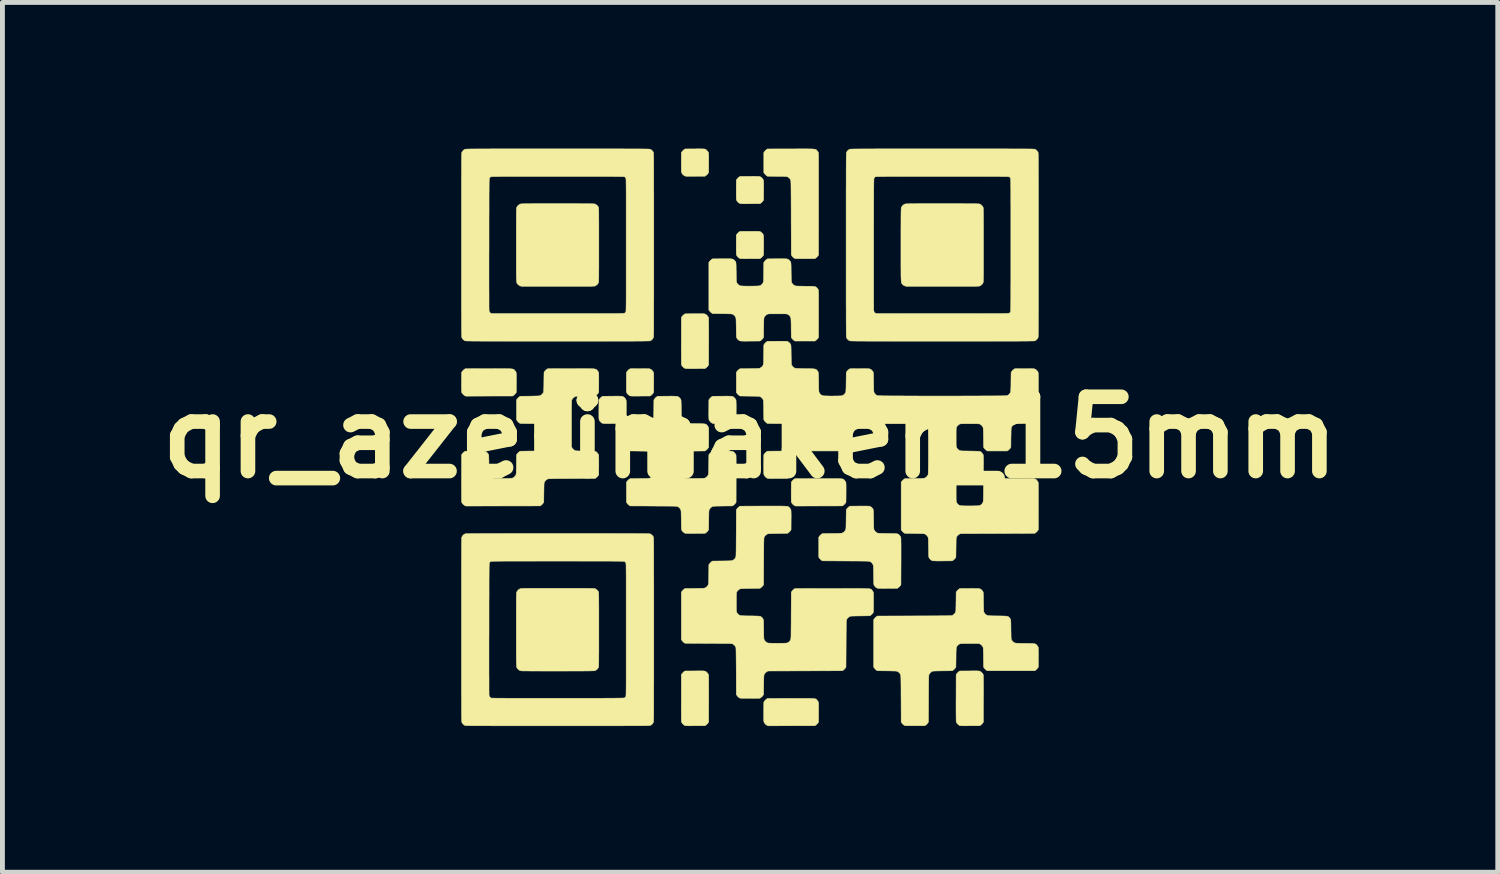
<source format=kicad_pcb>
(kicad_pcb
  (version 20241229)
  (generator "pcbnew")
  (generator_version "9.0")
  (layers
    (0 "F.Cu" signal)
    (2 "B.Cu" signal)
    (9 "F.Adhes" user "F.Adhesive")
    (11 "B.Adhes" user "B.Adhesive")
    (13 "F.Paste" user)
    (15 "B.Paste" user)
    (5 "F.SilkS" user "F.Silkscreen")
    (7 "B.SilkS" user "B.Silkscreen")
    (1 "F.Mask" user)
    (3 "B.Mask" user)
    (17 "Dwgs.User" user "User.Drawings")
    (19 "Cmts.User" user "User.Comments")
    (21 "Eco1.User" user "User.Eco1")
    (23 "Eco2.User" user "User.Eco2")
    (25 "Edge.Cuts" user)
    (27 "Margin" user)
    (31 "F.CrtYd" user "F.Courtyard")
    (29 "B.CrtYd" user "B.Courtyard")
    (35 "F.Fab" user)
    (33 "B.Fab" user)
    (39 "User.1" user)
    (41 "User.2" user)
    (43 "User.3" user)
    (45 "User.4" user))
  (footprint "qr_azerimaker_15mm"
    (layer "F.Cu")
    (at 12.344 5.928)
    (property "Reference" "qr_azerimaker_15mm" (at 0 0 0) (layer "F.SilkS") (effects (font (size 1.524 1.524) (thickness 0.3))))
    (attr through_hole)
    (fp_poly (pts (xy -5.042 -1.412) (xy -5.001 -1.411) (xy -4.966 -1.411) (xy -4.937 -1.41) (xy -4.913 -1.409) (xy -4.894 -1.407) (xy -4.878 -1.405) (xy -4.866 -1.403) (xy -4.857 -1.4) (xy -4.849 -1.396) (xy -4.843 -1.392) (xy -4.838 -1.387) (xy -4.834 -1.382) (xy -4.829 -1.376) (xy -4.826 -1.373) (xy -4.814 -1.357) (xy -4.804 -1.341) (xy -4.8 -1.331) (xy -4.799 -1.321) (xy -4.798 -1.3) (xy -4.797 -1.27) (xy -4.796 -1.23) (xy -4.796 -1.182) (xy -4.796 -1.125) (xy -4.796 -1.119) (xy -4.798 -0.925) (xy -4.813 -0.904) (xy -4.828 -0.887) (xy -4.845 -0.871) (xy -4.851 -0.866) (xy -4.873 -0.851) (xy -5.353 -0.85) (xy -5.834 -0.848) (xy -5.856 -0.859) (xy -5.877 -0.873) (xy -5.897 -0.893) (xy -5.912 -0.914) (xy -5.919 -0.929) (xy -5.92 -0.94) (xy -5.921 -0.96) (xy -5.922 -0.99) (xy -5.922 -1.028) (xy -5.923 -1.074) (xy -5.922 -1.129) (xy -5.922 -1.141) (xy -5.921 -1.335) (xy -5.905 -1.357) (xy -5.891 -1.374) (xy -5.874 -1.39) (xy -5.868 -1.394) (xy -5.846 -1.41) (xy -5.368 -1.411) (xy -5.285 -1.411) (xy -5.212 -1.412) (xy -5.147 -1.412) (xy -5.091 -1.412) (xy -5.042 -1.412)) (stroke (width 0.01) (type solid)) (fill yes) (layer "F.SilkS"))
    (fp_poly (pts (xy 1.16 5.355) (xy 1.202 5.355) (xy 1.237 5.356) (xy 1.266 5.357) (xy 1.29 5.358) (xy 1.309 5.359) (xy 1.325 5.361) (xy 1.337 5.364) (xy 1.346 5.367) (xy 1.353 5.37) (xy 1.359 5.374) (xy 1.364 5.379) (xy 1.369 5.385) (xy 1.374 5.391) (xy 1.377 5.394) (xy 1.389 5.41) (xy 1.399 5.426) (xy 1.402 5.435) (xy 1.404 5.446) (xy 1.405 5.467) (xy 1.406 5.497) (xy 1.406 5.536) (xy 1.407 5.585) (xy 1.406 5.642) (xy 1.406 5.647) (xy 1.405 5.841) (xy 1.389 5.863) (xy 1.375 5.88) (xy 1.358 5.896) (xy 1.352 5.9) (xy 1.33 5.916) (xy 0.849 5.917) (xy 0.368 5.918) (xy 0.347 5.907) (xy 0.325 5.893) (xy 0.306 5.874) (xy 0.291 5.852) (xy 0.284 5.837) (xy 0.283 5.827) (xy 0.281 5.806) (xy 0.281 5.777) (xy 0.28 5.739) (xy 0.28 5.692) (xy 0.28 5.638) (xy 0.28 5.625) (xy 0.282 5.431) (xy 0.297 5.41) (xy 0.311 5.393) (xy 0.329 5.377) (xy 0.335 5.372) (xy 0.356 5.357) (xy 0.835 5.355) (xy 0.918 5.355) (xy 0.991 5.355) (xy 1.056 5.355) (xy 1.112 5.355) (xy 1.16 5.355)) (stroke (width 0.01) (type solid)) (fill yes) (layer "F.SilkS"))
    (fp_poly (pts (xy 1.724 0.844) (xy 1.765 0.844) (xy 1.8 0.845) (xy 1.83 0.846) (xy 1.854 0.847) (xy 1.873 0.848) (xy 1.888 0.85) (xy 1.901 0.853) (xy 1.91 0.856) (xy 1.917 0.859) (xy 1.923 0.863) (xy 1.928 0.868) (xy 1.933 0.873) (xy 1.938 0.88) (xy 1.94 0.882) (xy 1.953 0.898) (xy 1.962 0.915) (xy 1.966 0.924) (xy 1.968 0.935) (xy 1.969 0.956) (xy 1.97 0.986) (xy 1.97 1.025) (xy 1.97 1.074) (xy 1.97 1.131) (xy 1.97 1.136) (xy 1.968 1.33) (xy 1.953 1.352) (xy 1.939 1.369) (xy 1.922 1.385) (xy 1.916 1.389) (xy 1.894 1.405) (xy 1.413 1.406) (xy 0.932 1.407) (xy 0.91 1.396) (xy 0.889 1.382) (xy 0.87 1.363) (xy 0.854 1.341) (xy 0.848 1.326) (xy 0.846 1.316) (xy 0.845 1.295) (xy 0.845 1.266) (xy 0.844 1.228) (xy 0.844 1.181) (xy 0.844 1.127) (xy 0.844 1.114) (xy 0.846 0.92) (xy 0.861 0.898) (xy 0.875 0.882) (xy 0.892 0.866) (xy 0.898 0.861) (xy 0.92 0.846) (xy 1.399 0.844) (xy 1.482 0.844) (xy 1.555 0.844) (xy 1.619 0.844) (xy 1.676 0.844) (xy 1.724 0.844)) (stroke (width 0.01) (type solid)) (fill yes) (layer "F.SilkS"))
    (fp_poly (pts (xy -2.704 -0.848) (xy -2.677 -0.847) (xy -2.657 -0.847) (xy -2.641 -0.846) (xy -2.629 -0.845) (xy -2.62 -0.843) (xy -2.614 -0.841) (xy -2.612 -0.841) (xy -2.593 -0.829) (xy -2.573 -0.812) (xy -2.556 -0.791) (xy -2.546 -0.77) (xy -2.545 -0.768) (xy -2.543 -0.757) (xy -2.542 -0.736) (xy -2.541 -0.706) (xy -2.541 -0.666) (xy -2.541 -0.618) (xy -2.541 -0.561) (xy -2.541 -0.555) (xy -2.543 -0.362) (xy -2.558 -0.34) (xy -2.572 -0.323) (xy -2.589 -0.307) (xy -2.595 -0.302) (xy -2.617 -0.287) (xy -2.816 -0.286) (xy -2.866 -0.285) (xy -2.907 -0.285) (xy -2.94 -0.285) (xy -2.966 -0.285) (xy -2.987 -0.286) (xy -3.002 -0.287) (xy -3.013 -0.288) (xy -3.021 -0.289) (xy -3.028 -0.291) (xy -3.033 -0.294) (xy -3.037 -0.295) (xy -3.058 -0.309) (xy -3.078 -0.329) (xy -3.093 -0.351) (xy -3.099 -0.366) (xy -3.101 -0.376) (xy -3.102 -0.396) (xy -3.103 -0.426) (xy -3.103 -0.464) (xy -3.103 -0.511) (xy -3.103 -0.565) (xy -3.103 -0.577) (xy -3.101 -0.771) (xy -3.086 -0.793) (xy -3.072 -0.81) (xy -3.055 -0.826) (xy -3.049 -0.83) (xy -3.027 -0.846) (xy -2.83 -0.847) (xy -2.779 -0.848) (xy -2.738 -0.848) (xy -2.704 -0.848)) (stroke (width 0.01) (type solid)) (fill yes) (layer "F.SilkS"))
    (fp_poly (pts (xy -2.14 -1.412) (xy -2.113 -1.411) (xy -2.093 -1.411) (xy -2.077 -1.41) (xy -2.065 -1.408) (xy -2.057 -1.407) (xy -2.05 -1.405) (xy -2.049 -1.404) (xy -2.029 -1.393) (xy -2.009 -1.375) (xy -1.993 -1.355) (xy -1.982 -1.334) (xy -1.981 -1.331) (xy -1.979 -1.321) (xy -1.978 -1.3) (xy -1.977 -1.27) (xy -1.977 -1.23) (xy -1.977 -1.182) (xy -1.977 -1.125) (xy -1.977 -1.119) (xy -1.979 -0.925) (xy -1.994 -0.904) (xy -2.008 -0.887) (xy -2.025 -0.871) (xy -2.031 -0.866) (xy -2.053 -0.851) (xy -2.252 -0.85) (xy -2.302 -0.849) (xy -2.344 -0.849) (xy -2.377 -0.849) (xy -2.403 -0.849) (xy -2.423 -0.85) (xy -2.438 -0.85) (xy -2.449 -0.852) (xy -2.457 -0.853) (xy -2.464 -0.855) (xy -2.469 -0.857) (xy -2.473 -0.859) (xy -2.494 -0.873) (xy -2.514 -0.893) (xy -2.529 -0.914) (xy -2.535 -0.929) (xy -2.537 -0.94) (xy -2.538 -0.96) (xy -2.539 -0.99) (xy -2.539 -1.028) (xy -2.539 -1.074) (xy -2.539 -1.129) (xy -2.539 -1.141) (xy -2.537 -1.335) (xy -2.522 -1.357) (xy -2.508 -1.374) (xy -2.491 -1.39) (xy -2.485 -1.394) (xy -2.463 -1.41) (xy -2.267 -1.411) (xy -2.216 -1.411) (xy -2.174 -1.412) (xy -2.14 -1.412)) (stroke (width 0.01) (type solid)) (fill yes) (layer "F.SilkS"))
    (fp_poly (pts (xy -1.012 -5.923) (xy -0.986 -5.922) (xy -0.965 -5.922) (xy -0.949 -5.921) (xy -0.938 -5.92) (xy -0.929 -5.918) (xy -0.922 -5.916) (xy -0.921 -5.915) (xy -0.901 -5.904) (xy -0.882 -5.886) (xy -0.865 -5.866) (xy -0.854 -5.845) (xy -0.853 -5.843) (xy -0.852 -5.832) (xy -0.85 -5.811) (xy -0.85 -5.781) (xy -0.849 -5.741) (xy -0.849 -5.693) (xy -0.849 -5.636) (xy -0.849 -5.63) (xy -0.851 -5.436) (xy -0.866 -5.415) (xy -0.88 -5.398) (xy -0.898 -5.382) (xy -0.904 -5.377) (xy -0.925 -5.362) (xy -1.124 -5.361) (xy -1.175 -5.36) (xy -1.216 -5.36) (xy -1.249 -5.36) (xy -1.275 -5.36) (xy -1.295 -5.361) (xy -1.31 -5.361) (xy -1.321 -5.363) (xy -1.329 -5.364) (xy -1.336 -5.366) (xy -1.342 -5.368) (xy -1.345 -5.37) (xy -1.366 -5.384) (xy -1.386 -5.404) (xy -1.401 -5.426) (xy -1.408 -5.44) (xy -1.409 -5.451) (xy -1.41 -5.471) (xy -1.411 -5.501) (xy -1.411 -5.539) (xy -1.412 -5.586) (xy -1.411 -5.64) (xy -1.411 -5.652) (xy -1.41 -5.846) (xy -1.394 -5.868) (xy -1.38 -5.885) (xy -1.363 -5.901) (xy -1.357 -5.905) (xy -1.335 -5.921) (xy -1.139 -5.922) (xy -1.088 -5.923) (xy -1.046 -5.923) (xy -1.012 -5.923)) (stroke (width 0.01) (type solid)) (fill yes) (layer "F.SilkS"))
    (fp_poly (pts (xy -0.448 -0.848) (xy -0.422 -0.847) (xy -0.401 -0.847) (xy -0.385 -0.846) (xy -0.374 -0.845) (xy -0.365 -0.843) (xy -0.358 -0.841) (xy -0.357 -0.841) (xy -0.337 -0.829) (xy -0.318 -0.812) (xy -0.301 -0.791) (xy -0.29 -0.77) (xy -0.289 -0.768) (xy -0.288 -0.757) (xy -0.287 -0.736) (xy -0.286 -0.706) (xy -0.285 -0.666) (xy -0.285 -0.618) (xy -0.285 -0.561) (xy -0.285 -0.555) (xy -0.287 -0.362) (xy -0.302 -0.34) (xy -0.317 -0.323) (xy -0.334 -0.307) (xy -0.34 -0.302) (xy -0.362 -0.287) (xy -0.561 -0.286) (xy -0.611 -0.285) (xy -0.652 -0.285) (xy -0.685 -0.285) (xy -0.711 -0.285) (xy -0.731 -0.286) (xy -0.746 -0.287) (xy -0.757 -0.288) (xy -0.766 -0.289) (xy -0.772 -0.291) (xy -0.778 -0.294) (xy -0.781 -0.295) (xy -0.802 -0.309) (xy -0.822 -0.329) (xy -0.837 -0.351) (xy -0.844 -0.366) (xy -0.845 -0.376) (xy -0.846 -0.396) (xy -0.847 -0.426) (xy -0.848 -0.464) (xy -0.848 -0.511) (xy -0.847 -0.565) (xy -0.847 -0.577) (xy -0.846 -0.771) (xy -0.83 -0.793) (xy -0.816 -0.81) (xy -0.799 -0.826) (xy -0.793 -0.83) (xy -0.771 -0.846) (xy -0.575 -0.847) (xy -0.524 -0.848) (xy -0.482 -0.848) (xy -0.448 -0.848)) (stroke (width 0.01) (type solid)) (fill yes) (layer "F.SilkS"))
    (fp_poly (pts (xy 0.116 -5.359) (xy 0.142 -5.358) (xy 0.163 -5.358) (xy 0.179 -5.357) (xy 0.19 -5.356) (xy 0.199 -5.354) (xy 0.206 -5.352) (xy 0.207 -5.352) (xy 0.227 -5.34) (xy 0.246 -5.323) (xy 0.263 -5.302) (xy 0.274 -5.281) (xy 0.275 -5.279) (xy 0.276 -5.268) (xy 0.277 -5.247) (xy 0.278 -5.217) (xy 0.279 -5.177) (xy 0.279 -5.129) (xy 0.278 -5.072) (xy 0.278 -5.066) (xy 0.277 -4.873) (xy 0.261 -4.851) (xy 0.247 -4.834) (xy 0.23 -4.818) (xy 0.224 -4.813) (xy 0.202 -4.798) (xy 0.003 -4.797) (xy -0.047 -4.796) (xy -0.088 -4.796) (xy -0.121 -4.796) (xy -0.147 -4.796) (xy -0.167 -4.797) (xy -0.182 -4.798) (xy -0.193 -4.799) (xy -0.202 -4.8) (xy -0.208 -4.802) (xy -0.214 -4.805) (xy -0.217 -4.806) (xy -0.239 -4.82) (xy -0.258 -4.84) (xy -0.273 -4.862) (xy -0.28 -4.877) (xy -0.281 -4.887) (xy -0.282 -4.907) (xy -0.283 -4.937) (xy -0.284 -4.975) (xy -0.284 -5.022) (xy -0.284 -5.076) (xy -0.284 -5.088) (xy -0.282 -5.282) (xy -0.267 -5.304) (xy -0.252 -5.321) (xy -0.235 -5.337) (xy -0.229 -5.341) (xy -0.207 -5.357) (xy -0.011 -5.358) (xy 0.04 -5.359) (xy 0.082 -5.359) (xy 0.116 -5.359)) (stroke (width 0.01) (type solid)) (fill yes) (layer "F.SilkS"))
    (fp_poly (pts (xy 0.116 -4.231) (xy 0.142 -4.231) (xy 0.163 -4.23) (xy 0.179 -4.229) (xy 0.19 -4.228) (xy 0.199 -4.226) (xy 0.206 -4.224) (xy 0.207 -4.224) (xy 0.227 -4.212) (xy 0.246 -4.195) (xy 0.263 -4.174) (xy 0.274 -4.154) (xy 0.275 -4.151) (xy 0.276 -4.14) (xy 0.277 -4.119) (xy 0.278 -4.089) (xy 0.279 -4.05) (xy 0.279 -4.001) (xy 0.278 -3.944) (xy 0.278 -3.939) (xy 0.277 -3.745) (xy 0.261 -3.723) (xy 0.247 -3.706) (xy 0.23 -3.69) (xy 0.224 -3.686) (xy 0.202 -3.67) (xy 0.003 -3.669) (xy -0.047 -3.669) (xy -0.088 -3.668) (xy -0.121 -3.668) (xy -0.147 -3.669) (xy -0.167 -3.669) (xy -0.182 -3.67) (xy -0.193 -3.671) (xy -0.202 -3.672) (xy -0.208 -3.674) (xy -0.214 -3.677) (xy -0.217 -3.678) (xy -0.239 -3.693) (xy -0.258 -3.712) (xy -0.273 -3.734) (xy -0.28 -3.749) (xy -0.281 -3.759) (xy -0.282 -3.78) (xy -0.283 -3.809) (xy -0.284 -3.847) (xy -0.284 -3.894) (xy -0.284 -3.948) (xy -0.284 -3.961) (xy -0.282 -4.155) (xy -0.267 -4.176) (xy -0.252 -4.193) (xy -0.235 -4.209) (xy -0.229 -4.214) (xy -0.207 -4.229) (xy -0.011 -4.231) (xy 0.04 -4.231) (xy 0.082 -4.231) (xy 0.116 -4.231)) (stroke (width 0.01) (type solid)) (fill yes) (layer "F.SilkS"))
    (fp_poly (pts (xy 0.679 0.28) (xy 0.706 0.28) (xy 0.727 0.281) (xy 0.742 0.282) (xy 0.754 0.283) (xy 0.763 0.285) (xy 0.77 0.287) (xy 0.771 0.287) (xy 0.79 0.299) (xy 0.81 0.316) (xy 0.827 0.337) (xy 0.838 0.357) (xy 0.839 0.36) (xy 0.84 0.371) (xy 0.841 0.392) (xy 0.842 0.422) (xy 0.843 0.461) (xy 0.843 0.51) (xy 0.842 0.567) (xy 0.842 0.572) (xy 0.841 0.766) (xy 0.825 0.788) (xy 0.811 0.805) (xy 0.794 0.821) (xy 0.788 0.825) (xy 0.766 0.841) (xy 0.567 0.842) (xy 0.517 0.842) (xy 0.476 0.843) (xy 0.443 0.843) (xy 0.417 0.842) (xy 0.397 0.842) (xy 0.382 0.841) (xy 0.37 0.84) (xy 0.362 0.839) (xy 0.356 0.837) (xy 0.35 0.834) (xy 0.347 0.833) (xy 0.325 0.818) (xy 0.306 0.799) (xy 0.291 0.777) (xy 0.284 0.762) (xy 0.283 0.752) (xy 0.281 0.731) (xy 0.281 0.702) (xy 0.28 0.664) (xy 0.28 0.617) (xy 0.28 0.563) (xy 0.28 0.55) (xy 0.282 0.356) (xy 0.297 0.335) (xy 0.311 0.318) (xy 0.329 0.302) (xy 0.335 0.297) (xy 0.356 0.282) (xy 0.553 0.28) (xy 0.604 0.28) (xy 0.646 0.28) (xy 0.679 0.28)) (stroke (width 0.01) (type solid)) (fill yes) (layer "F.SilkS"))
    (fp_poly (pts (xy -1.012 -2.539) (xy -0.986 -2.539) (xy -0.965 -2.538) (xy -0.949 -2.538) (xy -0.938 -2.536) (xy -0.929 -2.535) (xy -0.922 -2.533) (xy -0.921 -2.532) (xy -0.901 -2.521) (xy -0.882 -2.503) (xy -0.865 -2.483) (xy -0.854 -2.462) (xy -0.853 -2.459) (xy -0.852 -2.451) (xy -0.851 -2.432) (xy -0.851 -2.404) (xy -0.85 -2.367) (xy -0.85 -2.319) (xy -0.849 -2.262) (xy -0.849 -2.195) (xy -0.849 -2.117) (xy -0.849 -2.03) (xy -0.849 -1.965) (xy -0.851 -1.489) (xy -0.866 -1.467) (xy -0.88 -1.451) (xy -0.898 -1.435) (xy -0.904 -1.43) (xy -0.925 -1.415) (xy -1.124 -1.413) (xy -1.175 -1.413) (xy -1.216 -1.413) (xy -1.249 -1.413) (xy -1.275 -1.413) (xy -1.295 -1.414) (xy -1.31 -1.414) (xy -1.321 -1.415) (xy -1.329 -1.417) (xy -1.336 -1.419) (xy -1.342 -1.421) (xy -1.345 -1.423) (xy -1.366 -1.437) (xy -1.386 -1.457) (xy -1.401 -1.478) (xy -1.408 -1.493) (xy -1.409 -1.502) (xy -1.409 -1.521) (xy -1.41 -1.55) (xy -1.411 -1.589) (xy -1.411 -1.638) (xy -1.411 -1.697) (xy -1.412 -1.765) (xy -1.412 -1.844) (xy -1.411 -1.932) (xy -1.411 -1.987) (xy -1.41 -2.463) (xy -1.394 -2.485) (xy -1.38 -2.502) (xy -1.363 -2.517) (xy -1.357 -2.522) (xy -1.335 -2.537) (xy -1.139 -2.539) (xy -1.088 -2.539) (xy -1.046 -2.539) (xy -1.012 -2.539)) (stroke (width 0.01) (type solid)) (fill yes) (layer "F.SilkS"))
    (fp_poly (pts (xy -1.012 4.791) (xy -0.986 4.791) (xy -0.965 4.792) (xy -0.949 4.793) (xy -0.938 4.794) (xy -0.929 4.796) (xy -0.922 4.798) (xy -0.921 4.798) (xy -0.901 4.81) (xy -0.882 4.827) (xy -0.865 4.848) (xy -0.854 4.868) (xy -0.853 4.871) (xy -0.852 4.88) (xy -0.851 4.898) (xy -0.851 4.926) (xy -0.85 4.964) (xy -0.85 5.011) (xy -0.849 5.069) (xy -0.849 5.136) (xy -0.849 5.213) (xy -0.849 5.301) (xy -0.849 5.365) (xy -0.851 5.841) (xy -0.866 5.863) (xy -0.88 5.88) (xy -0.898 5.896) (xy -0.904 5.9) (xy -0.925 5.916) (xy -1.124 5.917) (xy -1.175 5.917) (xy -1.216 5.918) (xy -1.249 5.918) (xy -1.275 5.917) (xy -1.295 5.917) (xy -1.31 5.916) (xy -1.321 5.915) (xy -1.329 5.914) (xy -1.336 5.912) (xy -1.342 5.909) (xy -1.345 5.908) (xy -1.366 5.893) (xy -1.386 5.874) (xy -1.401 5.852) (xy -1.408 5.837) (xy -1.409 5.828) (xy -1.409 5.809) (xy -1.41 5.78) (xy -1.411 5.741) (xy -1.411 5.693) (xy -1.411 5.634) (xy -1.412 5.565) (xy -1.412 5.486) (xy -1.411 5.398) (xy -1.411 5.343) (xy -1.41 4.868) (xy -1.394 4.846) (xy -1.38 4.829) (xy -1.363 4.813) (xy -1.357 4.808) (xy -1.335 4.793) (xy -1.139 4.792) (xy -1.088 4.791) (xy -1.046 4.791) (xy -1.012 4.791)) (stroke (width 0.01) (type solid)) (fill yes) (layer "F.SilkS"))
    (fp_poly (pts (xy 4.627 4.791) (xy 4.653 4.791) (xy 4.674 4.792) (xy 4.69 4.793) (xy 4.701 4.794) (xy 4.71 4.796) (xy 4.717 4.798) (xy 4.718 4.798) (xy 4.738 4.81) (xy 4.757 4.827) (xy 4.774 4.848) (xy 4.785 4.868) (xy 4.786 4.871) (xy 4.787 4.88) (xy 4.788 4.898) (xy 4.788 4.926) (xy 4.789 4.964) (xy 4.789 5.011) (xy 4.79 5.069) (xy 4.79 5.136) (xy 4.79 5.213) (xy 4.79 5.301) (xy 4.789 5.365) (xy 4.788 5.841) (xy 4.773 5.863) (xy 4.758 5.88) (xy 4.741 5.896) (xy 4.735 5.9) (xy 4.713 5.916) (xy 4.514 5.917) (xy 4.464 5.917) (xy 4.423 5.918) (xy 4.39 5.918) (xy 4.364 5.917) (xy 4.344 5.917) (xy 4.329 5.916) (xy 4.318 5.915) (xy 4.309 5.914) (xy 4.303 5.912) (xy 4.297 5.909) (xy 4.294 5.908) (xy 4.272 5.893) (xy 4.253 5.874) (xy 4.238 5.852) (xy 4.231 5.837) (xy 4.23 5.828) (xy 4.229 5.809) (xy 4.229 5.78) (xy 4.228 5.741) (xy 4.228 5.693) (xy 4.227 5.634) (xy 4.227 5.565) (xy 4.227 5.486) (xy 4.227 5.398) (xy 4.228 5.343) (xy 4.229 4.868) (xy 4.244 4.846) (xy 4.259 4.829) (xy 4.276 4.813) (xy 4.282 4.808) (xy 4.304 4.793) (xy 4.5 4.792) (xy 4.551 4.791) (xy 4.593 4.791) (xy 4.627 4.791)) (stroke (width 0.01) (type solid)) (fill yes) (layer "F.SilkS"))
    (fp_poly (pts (xy 1.16 -5.923) (xy 1.202 -5.922) (xy 1.237 -5.922) (xy 1.266 -5.921) (xy 1.29 -5.92) (xy 1.309 -5.918) (xy 1.325 -5.916) (xy 1.337 -5.914) (xy 1.346 -5.911) (xy 1.353 -5.907) (xy 1.359 -5.903) (xy 1.364 -5.899) (xy 1.369 -5.893) (xy 1.374 -5.887) (xy 1.377 -5.884) (xy 1.389 -5.868) (xy 1.399 -5.852) (xy 1.402 -5.843) (xy 1.403 -5.836) (xy 1.404 -5.82) (xy 1.404 -5.795) (xy 1.405 -5.761) (xy 1.405 -5.718) (xy 1.406 -5.665) (xy 1.406 -5.604) (xy 1.406 -5.533) (xy 1.406 -5.452) (xy 1.406 -5.362) (xy 1.406 -5.261) (xy 1.406 -5.152) (xy 1.406 -5.032) (xy 1.406 -4.902) (xy 1.406 -4.785) (xy 1.405 -3.745) (xy 1.389 -3.723) (xy 1.375 -3.706) (xy 1.358 -3.69) (xy 1.352 -3.686) (xy 1.33 -3.67) (xy 1.131 -3.669) (xy 1.078 -3.669) (xy 1.034 -3.669) (xy 0.999 -3.669) (xy 0.971 -3.67) (xy 0.95 -3.67) (xy 0.934 -3.671) (xy 0.924 -3.673) (xy 0.917 -3.675) (xy 0.917 -3.675) (xy 0.892 -3.69) (xy 0.87 -3.711) (xy 0.858 -3.728) (xy 0.846 -3.747) (xy 0.843 -4.506) (xy 0.843 -4.609) (xy 0.843 -4.702) (xy 0.842 -4.786) (xy 0.842 -4.861) (xy 0.842 -4.928) (xy 0.841 -4.988) (xy 0.841 -5.04) (xy 0.841 -5.086) (xy 0.84 -5.125) (xy 0.84 -5.158) (xy 0.839 -5.187) (xy 0.839 -5.21) (xy 0.838 -5.229) (xy 0.837 -5.245) (xy 0.837 -5.257) (xy 0.836 -5.266) (xy 0.835 -5.273) (xy 0.834 -5.279) (xy 0.833 -5.283) (xy 0.832 -5.286) (xy 0.813 -5.316) (xy 0.786 -5.339) (xy 0.775 -5.346) (xy 0.769 -5.349) (xy 0.763 -5.351) (xy 0.756 -5.353) (xy 0.746 -5.354) (xy 0.733 -5.355) (xy 0.715 -5.356) (xy 0.692 -5.357) (xy 0.661 -5.358) (xy 0.624 -5.358) (xy 0.577 -5.359) (xy 0.555 -5.359) (xy 0.356 -5.362) (xy 0.335 -5.377) (xy 0.318 -5.391) (xy 0.302 -5.409) (xy 0.297 -5.415) (xy 0.282 -5.436) (xy 0.282 -5.846) (xy 0.297 -5.868) (xy 0.311 -5.885) (xy 0.329 -5.901) (xy 0.335 -5.905) (xy 0.356 -5.921) (xy 0.835 -5.922) (xy 0.918 -5.922) (xy 0.991 -5.923) (xy 1.056 -5.923) (xy 1.112 -5.923) (xy 1.16 -5.923)) (stroke (width 0.01) (type solid)) (fill yes) (layer "F.SilkS"))
    (fp_poly (pts (xy -3.845 -4.798) (xy -3.751 -4.798) (xy -3.665 -4.798) (xy -3.589 -4.798) (xy -3.52 -4.798) (xy -3.46 -4.797) (xy -3.407 -4.797) (xy -3.361 -4.797) (xy -3.321 -4.797) (xy -3.288 -4.796) (xy -3.26 -4.796) (xy -3.237 -4.795) (xy -3.219 -4.794) (xy -3.205 -4.794) (xy -3.194 -4.793) (xy -3.187 -4.792) (xy -3.183 -4.791) (xy -3.16 -4.779) (xy -3.138 -4.761) (xy -3.12 -4.739) (xy -3.113 -4.727) (xy -3.112 -4.724) (xy -3.111 -4.72) (xy -3.11 -4.715) (xy -3.109 -4.708) (xy -3.108 -4.699) (xy -3.107 -4.687) (xy -3.107 -4.672) (xy -3.106 -4.654) (xy -3.106 -4.631) (xy -3.105 -4.603) (xy -3.105 -4.571) (xy -3.105 -4.532) (xy -3.105 -4.488) (xy -3.104 -4.436) (xy -3.104 -4.378) (xy -3.104 -4.312) (xy -3.104 -4.238) (xy -3.104 -4.155) (xy -3.104 -4.063) (xy -3.104 -3.962) (xy -3.104 -3.95) (xy -3.104 -3.847) (xy -3.104 -3.754) (xy -3.104 -3.671) (xy -3.104 -3.595) (xy -3.104 -3.529) (xy -3.104 -3.469) (xy -3.105 -3.418) (xy -3.105 -3.372) (xy -3.105 -3.333) (xy -3.105 -3.3) (xy -3.106 -3.272) (xy -3.106 -3.249) (xy -3.107 -3.229) (xy -3.107 -3.214) (xy -3.108 -3.202) (xy -3.109 -3.193) (xy -3.11 -3.186) (xy -3.111 -3.18) (xy -3.112 -3.176) (xy -3.113 -3.173) (xy -3.114 -3.172) (xy -3.13 -3.147) (xy -3.154 -3.125) (xy -3.178 -3.11) (xy -3.181 -3.109) (xy -3.185 -3.108) (xy -3.19 -3.107) (xy -3.197 -3.106) (xy -3.207 -3.105) (xy -3.219 -3.105) (xy -3.234 -3.104) (xy -3.254 -3.103) (xy -3.277 -3.103) (xy -3.306 -3.103) (xy -3.34 -3.102) (xy -3.379 -3.102) (xy -3.425 -3.102) (xy -3.478 -3.101) (xy -3.538 -3.101) (xy -3.606 -3.101) (xy -3.682 -3.101) (xy -3.767 -3.101) (xy -3.861 -3.101) (xy -3.937 -3.101) (xy -4.023 -3.101) (xy -4.107 -3.101) (xy -4.187 -3.101) (xy -4.264 -3.101) (xy -4.337 -3.101) (xy -4.404 -3.101) (xy -4.466 -3.101) (xy -4.522 -3.102) (xy -4.571 -3.102) (xy -4.613 -3.102) (xy -4.648 -3.103) (xy -4.673 -3.103) (xy -4.69 -3.104) (xy -4.697 -3.104) (xy -4.726 -3.113) (xy -4.749 -3.127) (xy -4.766 -3.144) (xy -4.77 -3.148) (xy -4.774 -3.152) (xy -4.778 -3.156) (xy -4.781 -3.16) (xy -4.784 -3.166) (xy -4.786 -3.172) (xy -4.788 -3.181) (xy -4.79 -3.192) (xy -4.792 -3.206) (xy -4.793 -3.223) (xy -4.794 -3.244) (xy -4.795 -3.27) (xy -4.796 -3.3) (xy -4.797 -3.336) (xy -4.797 -3.377) (xy -4.798 -3.425) (xy -4.798 -3.48) (xy -4.798 -3.542) (xy -4.798 -3.612) (xy -4.798 -3.69) (xy -4.798 -3.777) (xy -4.798 -3.874) (xy -4.798 -3.95) (xy -4.798 -4.054) (xy -4.798 -4.148) (xy -4.798 -4.234) (xy -4.798 -4.31) (xy -4.798 -4.378) (xy -4.797 -4.439) (xy -4.797 -4.492) (xy -4.797 -4.538) (xy -4.797 -4.577) (xy -4.796 -4.611) (xy -4.796 -4.639) (xy -4.795 -4.662) (xy -4.794 -4.68) (xy -4.794 -4.694) (xy -4.793 -4.705) (xy -4.792 -4.712) (xy -4.791 -4.716) (xy -4.791 -4.716) (xy -4.779 -4.74) (xy -4.76 -4.762) (xy -4.737 -4.78) (xy -4.72 -4.789) (xy -4.717 -4.79) (xy -4.712 -4.791) (xy -4.707 -4.792) (xy -4.699 -4.793) (xy -4.689 -4.794) (xy -4.677 -4.795) (xy -4.661 -4.795) (xy -4.642 -4.796) (xy -4.618 -4.796) (xy -4.589 -4.797) (xy -4.556 -4.797) (xy -4.516 -4.797) (xy -4.47 -4.798) (xy -4.418 -4.798) (xy -4.358 -4.798) (xy -4.29 -4.798) (xy -4.214 -4.798) (xy -4.13 -4.798) (xy -4.036 -4.798) (xy -3.95 -4.798) (xy -3.845 -4.798)) (stroke (width 0.01) (type solid)) (fill yes) (layer "F.SilkS"))
    (fp_poly (pts (xy -3.845 3.096) (xy -3.751 3.096) (xy -3.665 3.096) (xy -3.589 3.097) (xy -3.52 3.097) (xy -3.46 3.097) (xy -3.407 3.097) (xy -3.361 3.097) (xy -3.321 3.098) (xy -3.288 3.098) (xy -3.26 3.099) (xy -3.237 3.099) (xy -3.219 3.1) (xy -3.205 3.101) (xy -3.194 3.101) (xy -3.187 3.102) (xy -3.183 3.103) (xy -3.16 3.115) (xy -3.138 3.134) (xy -3.12 3.155) (xy -3.113 3.167) (xy -3.112 3.17) (xy -3.111 3.174) (xy -3.11 3.179) (xy -3.109 3.186) (xy -3.108 3.195) (xy -3.107 3.207) (xy -3.107 3.222) (xy -3.106 3.241) (xy -3.106 3.263) (xy -3.105 3.291) (xy -3.105 3.324) (xy -3.105 3.362) (xy -3.105 3.407) (xy -3.104 3.458) (xy -3.104 3.516) (xy -3.104 3.582) (xy -3.104 3.656) (xy -3.104 3.739) (xy -3.104 3.831) (xy -3.104 3.933) (xy -3.104 3.945) (xy -3.104 4.047) (xy -3.104 4.14) (xy -3.104 4.224) (xy -3.104 4.299) (xy -3.104 4.366) (xy -3.104 4.425) (xy -3.105 4.477) (xy -3.105 4.522) (xy -3.105 4.561) (xy -3.105 4.594) (xy -3.106 4.622) (xy -3.106 4.646) (xy -3.107 4.665) (xy -3.107 4.68) (xy -3.108 4.692) (xy -3.109 4.702) (xy -3.11 4.709) (xy -3.111 4.714) (xy -3.112 4.718) (xy -3.113 4.721) (xy -3.114 4.722) (xy -3.13 4.748) (xy -3.154 4.77) (xy -3.178 4.784) (xy -3.181 4.785) (xy -3.185 4.786) (xy -3.19 4.787) (xy -3.197 4.788) (xy -3.207 4.789) (xy -3.219 4.79) (xy -3.234 4.79) (xy -3.254 4.791) (xy -3.277 4.791) (xy -3.306 4.792) (xy -3.34 4.792) (xy -3.379 4.792) (xy -3.425 4.793) (xy -3.478 4.793) (xy -3.538 4.793) (xy -3.606 4.793) (xy -3.682 4.793) (xy -3.767 4.794) (xy -3.861 4.794) (xy -3.937 4.794) (xy -4.023 4.794) (xy -4.107 4.794) (xy -4.187 4.794) (xy -4.264 4.794) (xy -4.337 4.793) (xy -4.404 4.793) (xy -4.466 4.793) (xy -4.522 4.793) (xy -4.571 4.792) (xy -4.613 4.792) (xy -4.648 4.792) (xy -4.673 4.791) (xy -4.69 4.791) (xy -4.697 4.79) (xy -4.726 4.782) (xy -4.749 4.767) (xy -4.766 4.751) (xy -4.77 4.746) (xy -4.774 4.742) (xy -4.778 4.738) (xy -4.781 4.734) (xy -4.784 4.729) (xy -4.786 4.722) (xy -4.788 4.714) (xy -4.79 4.703) (xy -4.792 4.689) (xy -4.793 4.671) (xy -4.794 4.65) (xy -4.795 4.625) (xy -4.796 4.594) (xy -4.797 4.559) (xy -4.797 4.517) (xy -4.798 4.469) (xy -4.798 4.414) (xy -4.798 4.352) (xy -4.798 4.282) (xy -4.798 4.204) (xy -4.798 4.117) (xy -4.798 4.021) (xy -4.798 3.945) (xy -4.798 3.84) (xy -4.798 3.746) (xy -4.798 3.661) (xy -4.798 3.584) (xy -4.798 3.516) (xy -4.797 3.456) (xy -4.797 3.403) (xy -4.797 3.357) (xy -4.797 3.317) (xy -4.796 3.283) (xy -4.796 3.255) (xy -4.795 3.233) (xy -4.794 3.214) (xy -4.794 3.2) (xy -4.793 3.19) (xy -4.792 3.183) (xy -4.791 3.178) (xy -4.791 3.178) (xy -4.779 3.155) (xy -4.76 3.132) (xy -4.737 3.114) (xy -4.72 3.105) (xy -4.717 3.104) (xy -4.712 3.103) (xy -4.707 3.102) (xy -4.699 3.101) (xy -4.689 3.1) (xy -4.677 3.1) (xy -4.661 3.099) (xy -4.642 3.098) (xy -4.618 3.098) (xy -4.589 3.098) (xy -4.556 3.097) (xy -4.516 3.097) (xy -4.47 3.097) (xy -4.418 3.097) (xy -4.358 3.096) (xy -4.29 3.096) (xy -4.214 3.096) (xy -4.13 3.096) (xy -4.036 3.096) (xy -3.95 3.096) (xy -3.845 3.096)) (stroke (width 0.01) (type solid)) (fill yes) (layer "F.SilkS"))
    (fp_poly (pts (xy 4.049 -4.798) (xy 4.144 -4.798) (xy 4.229 -4.798) (xy 4.306 -4.798) (xy 4.374 -4.798) (xy 4.435 -4.797) (xy 4.488 -4.797) (xy 4.534 -4.797) (xy 4.573 -4.797) (xy 4.607 -4.796) (xy 4.635 -4.796) (xy 4.658 -4.795) (xy 4.676 -4.794) (xy 4.69 -4.794) (xy 4.7 -4.793) (xy 4.707 -4.792) (xy 4.711 -4.791) (xy 4.734 -4.779) (xy 4.756 -4.761) (xy 4.774 -4.739) (xy 4.781 -4.727) (xy 4.782 -4.724) (xy 4.783 -4.72) (xy 4.784 -4.715) (xy 4.785 -4.708) (xy 4.786 -4.699) (xy 4.787 -4.687) (xy 4.787 -4.672) (xy 4.788 -4.654) (xy 4.788 -4.631) (xy 4.789 -4.603) (xy 4.789 -4.571) (xy 4.789 -4.532) (xy 4.79 -4.488) (xy 4.79 -4.436) (xy 4.79 -4.378) (xy 4.79 -4.312) (xy 4.79 -4.238) (xy 4.79 -4.155) (xy 4.79 -4.063) (xy 4.79 -3.962) (xy 4.79 -3.95) (xy 4.79 -3.847) (xy 4.79 -3.754) (xy 4.79 -3.671) (xy 4.79 -3.595) (xy 4.79 -3.529) (xy 4.79 -3.469) (xy 4.79 -3.418) (xy 4.79 -3.372) (xy 4.789 -3.333) (xy 4.789 -3.3) (xy 4.789 -3.272) (xy 4.788 -3.249) (xy 4.788 -3.229) (xy 4.787 -3.214) (xy 4.786 -3.202) (xy 4.785 -3.193) (xy 4.785 -3.186) (xy 4.784 -3.18) (xy 4.782 -3.176) (xy 4.781 -3.173) (xy 4.781 -3.172) (xy 4.764 -3.147) (xy 4.74 -3.125) (xy 4.717 -3.11) (xy 4.714 -3.109) (xy 4.71 -3.108) (xy 4.704 -3.107) (xy 4.697 -3.106) (xy 4.688 -3.105) (xy 4.675 -3.105) (xy 4.66 -3.104) (xy 4.641 -3.103) (xy 4.617 -3.103) (xy 4.588 -3.103) (xy 4.555 -3.102) (xy 4.515 -3.102) (xy 4.469 -3.102) (xy 4.416 -3.101) (xy 4.356 -3.101) (xy 4.288 -3.101) (xy 4.212 -3.101) (xy 4.127 -3.101) (xy 4.033 -3.101) (xy 3.957 -3.101) (xy 3.871 -3.101) (xy 3.787 -3.101) (xy 3.707 -3.101) (xy 3.63 -3.101) (xy 3.558 -3.101) (xy 3.49 -3.101) (xy 3.428 -3.101) (xy 3.372 -3.102) (xy 3.323 -3.102) (xy 3.281 -3.102) (xy 3.247 -3.103) (xy 3.221 -3.103) (xy 3.204 -3.104) (xy 3.197 -3.104) (xy 3.169 -3.113) (xy 3.145 -3.127) (xy 3.128 -3.144) (xy 3.124 -3.148) (xy 3.12 -3.152) (xy 3.117 -3.156) (xy 3.113 -3.16) (xy 3.111 -3.166) (xy 3.108 -3.172) (xy 3.106 -3.181) (xy 3.104 -3.192) (xy 3.102 -3.206) (xy 3.101 -3.223) (xy 3.1 -3.244) (xy 3.099 -3.27) (xy 3.098 -3.3) (xy 3.097 -3.336) (xy 3.097 -3.377) (xy 3.097 -3.425) (xy 3.096 -3.48) (xy 3.096 -3.542) (xy 3.096 -3.612) (xy 3.096 -3.69) (xy 3.096 -3.777) (xy 3.096 -3.874) (xy 3.096 -3.95) (xy 3.096 -4.054) (xy 3.096 -4.148) (xy 3.096 -4.234) (xy 3.096 -4.31) (xy 3.097 -4.378) (xy 3.097 -4.439) (xy 3.097 -4.492) (xy 3.097 -4.538) (xy 3.098 -4.577) (xy 3.098 -4.611) (xy 3.099 -4.639) (xy 3.099 -4.662) (xy 3.1 -4.68) (xy 3.101 -4.694) (xy 3.101 -4.705) (xy 3.102 -4.712) (xy 3.103 -4.716) (xy 3.103 -4.716) (xy 3.116 -4.74) (xy 3.135 -4.762) (xy 3.157 -4.78) (xy 3.174 -4.789) (xy 3.178 -4.79) (xy 3.182 -4.791) (xy 3.188 -4.792) (xy 3.195 -4.793) (xy 3.205 -4.794) (xy 3.217 -4.795) (xy 3.233 -4.795) (xy 3.253 -4.796) (xy 3.276 -4.796) (xy 3.305 -4.797) (xy 3.339 -4.797) (xy 3.378 -4.797) (xy 3.424 -4.798) (xy 3.477 -4.798) (xy 3.536 -4.798) (xy 3.604 -4.798) (xy 3.68 -4.798) (xy 3.764 -4.798) (xy 3.858 -4.798) (xy 3.945 -4.798) (xy 4.049 -4.798)) (stroke (width 0.01) (type solid)) (fill yes) (layer "F.SilkS"))
    (fp_poly (pts (xy 2.352 1.408) (xy 2.392 1.408) (xy 2.422 1.409) (xy 2.443 1.41) (xy 2.455 1.412) (xy 2.455 1.412) (xy 2.478 1.423) (xy 2.5 1.441) (xy 2.519 1.464) (xy 2.521 1.467) (xy 2.524 1.472) (xy 2.526 1.477) (xy 2.528 1.484) (xy 2.53 1.492) (xy 2.531 1.504) (xy 2.532 1.521) (xy 2.533 1.542) (xy 2.533 1.57) (xy 2.534 1.606) (xy 2.534 1.65) (xy 2.535 1.684) (xy 2.536 1.734) (xy 2.536 1.775) (xy 2.537 1.808) (xy 2.538 1.834) (xy 2.538 1.854) (xy 2.54 1.869) (xy 2.541 1.88) (xy 2.543 1.888) (xy 2.545 1.895) (xy 2.547 1.9) (xy 2.548 1.902) (xy 2.57 1.932) (xy 2.597 1.954) (xy 2.609 1.959) (xy 2.615 1.962) (xy 2.622 1.964) (xy 2.632 1.965) (xy 2.646 1.967) (xy 2.664 1.968) (xy 2.688 1.969) (xy 2.718 1.969) (xy 2.756 1.97) (xy 2.802 1.971) (xy 2.824 1.971) (xy 2.876 1.972) (xy 2.919 1.972) (xy 2.954 1.973) (xy 2.982 1.974) (xy 3.003 1.976) (xy 3.02 1.978) (xy 3.033 1.982) (xy 3.043 1.986) (xy 3.051 1.991) (xy 3.058 1.998) (xy 3.066 2.007) (xy 3.07 2.013) (xy 3.082 2.028) (xy 3.091 2.045) (xy 3.094 2.052) (xy 3.095 2.061) (xy 3.096 2.08) (xy 3.097 2.109) (xy 3.097 2.148) (xy 3.098 2.197) (xy 3.098 2.256) (xy 3.098 2.324) (xy 3.098 2.403) (xy 3.098 2.491) (xy 3.098 2.546) (xy 3.096 3.022) (xy 3.081 3.044) (xy 3.067 3.06) (xy 3.05 3.076) (xy 3.044 3.081) (xy 3.022 3.096) (xy 2.823 3.097) (xy 2.77 3.098) (xy 2.726 3.098) (xy 2.69 3.097) (xy 2.663 3.097) (xy 2.641 3.096) (xy 2.626 3.095) (xy 2.615 3.094) (xy 2.609 3.092) (xy 2.609 3.092) (xy 2.584 3.077) (xy 2.561 3.055) (xy 2.549 3.039) (xy 2.546 3.034) (xy 2.544 3.029) (xy 2.542 3.022) (xy 2.54 3.014) (xy 2.539 3.002) (xy 2.538 2.985) (xy 2.537 2.964) (xy 2.537 2.936) (xy 2.536 2.9) (xy 2.535 2.856) (xy 2.535 2.824) (xy 2.534 2.774) (xy 2.534 2.733) (xy 2.533 2.699) (xy 2.532 2.673) (xy 2.531 2.653) (xy 2.53 2.637) (xy 2.528 2.626) (xy 2.526 2.618) (xy 2.524 2.611) (xy 2.523 2.609) (xy 2.504 2.579) (xy 2.478 2.555) (xy 2.466 2.548) (xy 2.463 2.547) (xy 2.459 2.545) (xy 2.455 2.544) (xy 2.449 2.542) (xy 2.44 2.541) (xy 2.43 2.54) (xy 2.415 2.539) (xy 2.397 2.539) (xy 2.375 2.538) (xy 2.347 2.538) (xy 2.313 2.537) (xy 2.272 2.537) (xy 2.225 2.536) (xy 2.17 2.536) (xy 2.106 2.536) (xy 2.034 2.535) (xy 1.965 2.535) (xy 1.484 2.532) (xy 1.462 2.517) (xy 1.446 2.503) (xy 1.43 2.486) (xy 1.425 2.48) (xy 1.41 2.458) (xy 1.41 2.048) (xy 1.425 2.026) (xy 1.439 2.009) (xy 1.456 1.994) (xy 1.462 1.989) (xy 1.484 1.974) (xy 1.681 1.971) (xy 1.731 1.97) (xy 1.772 1.97) (xy 1.805 1.969) (xy 1.83 1.968) (xy 1.851 1.967) (xy 1.866 1.966) (xy 1.877 1.965) (xy 1.886 1.963) (xy 1.892 1.961) (xy 1.899 1.958) (xy 1.9 1.958) (xy 1.929 1.939) (xy 1.951 1.913) (xy 1.959 1.897) (xy 1.962 1.891) (xy 1.964 1.884) (xy 1.965 1.874) (xy 1.967 1.86) (xy 1.968 1.842) (xy 1.969 1.819) (xy 1.969 1.788) (xy 1.97 1.75) (xy 1.971 1.704) (xy 1.971 1.681) (xy 1.974 1.484) (xy 1.989 1.462) (xy 2.003 1.446) (xy 2.02 1.43) (xy 2.026 1.425) (xy 2.048 1.41) (xy 2.242 1.408) (xy 2.302 1.408) (xy 2.352 1.408)) (stroke (width 0.01) (type solid)) (fill yes) (layer "F.SilkS"))
    (fp_poly (pts (xy 0.66 -3.667) (xy 0.7 -3.667) (xy 0.731 -3.666) (xy 0.752 -3.664) (xy 0.763 -3.663) (xy 0.763 -3.663) (xy 0.786 -3.652) (xy 0.808 -3.634) (xy 0.827 -3.611) (xy 0.829 -3.608) (xy 0.832 -3.603) (xy 0.834 -3.598) (xy 0.836 -3.591) (xy 0.838 -3.583) (xy 0.839 -3.571) (xy 0.84 -3.554) (xy 0.841 -3.533) (xy 0.842 -3.505) (xy 0.842 -3.469) (xy 0.843 -3.425) (xy 0.843 -3.391) (xy 0.844 -3.341) (xy 0.845 -3.3) (xy 0.845 -3.267) (xy 0.846 -3.241) (xy 0.847 -3.221) (xy 0.848 -3.206) (xy 0.849 -3.195) (xy 0.851 -3.186) (xy 0.853 -3.18) (xy 0.856 -3.175) (xy 0.857 -3.172) (xy 0.878 -3.143) (xy 0.906 -3.121) (xy 0.917 -3.116) (xy 0.923 -3.113) (xy 0.931 -3.111) (xy 0.941 -3.11) (xy 0.954 -3.108) (xy 0.972 -3.107) (xy 0.996 -3.106) (xy 1.026 -3.106) (xy 1.064 -3.105) (xy 1.111 -3.104) (xy 1.133 -3.104) (xy 1.185 -3.103) (xy 1.228 -3.103) (xy 1.262 -3.102) (xy 1.29 -3.101) (xy 1.312 -3.099) (xy 1.328 -3.096) (xy 1.341 -3.093) (xy 1.351 -3.089) (xy 1.359 -3.083) (xy 1.366 -3.077) (xy 1.374 -3.068) (xy 1.379 -3.062) (xy 1.39 -3.047) (xy 1.4 -3.03) (xy 1.402 -3.023) (xy 1.403 -3.014) (xy 1.404 -2.995) (xy 1.405 -2.966) (xy 1.406 -2.927) (xy 1.406 -2.878) (xy 1.406 -2.819) (xy 1.406 -2.751) (xy 1.406 -2.672) (xy 1.406 -2.584) (xy 1.406 -2.529) (xy 1.405 -2.053) (xy 1.389 -2.031) (xy 1.375 -2.015) (xy 1.358 -1.999) (xy 1.352 -1.994) (xy 1.33 -1.979) (xy 0.92 -1.979) (xy 0.898 -1.994) (xy 0.882 -2.008) (xy 0.866 -2.025) (xy 0.861 -2.031) (xy 0.846 -2.053) (xy 0.843 -2.25) (xy 0.843 -2.3) (xy 0.842 -2.342) (xy 0.841 -2.375) (xy 0.84 -2.402) (xy 0.839 -2.422) (xy 0.838 -2.437) (xy 0.837 -2.449) (xy 0.835 -2.457) (xy 0.833 -2.464) (xy 0.832 -2.466) (xy 0.813 -2.496) (xy 0.786 -2.52) (xy 0.775 -2.526) (xy 0.769 -2.529) (xy 0.763 -2.532) (xy 0.756 -2.533) (xy 0.747 -2.535) (xy 0.734 -2.536) (xy 0.717 -2.537) (xy 0.694 -2.537) (xy 0.664 -2.537) (xy 0.627 -2.537) (xy 0.582 -2.537) (xy 0.561 -2.537) (xy 0.512 -2.537) (xy 0.472 -2.537) (xy 0.439 -2.537) (xy 0.414 -2.537) (xy 0.395 -2.536) (xy 0.38 -2.535) (xy 0.37 -2.534) (xy 0.362 -2.532) (xy 0.356 -2.53) (xy 0.35 -2.528) (xy 0.348 -2.526) (xy 0.318 -2.505) (xy 0.295 -2.476) (xy 0.291 -2.469) (xy 0.289 -2.464) (xy 0.287 -2.457) (xy 0.285 -2.449) (xy 0.284 -2.437) (xy 0.283 -2.421) (xy 0.282 -2.399) (xy 0.281 -2.371) (xy 0.281 -2.336) (xy 0.28 -2.293) (xy 0.279 -2.252) (xy 0.277 -2.053) (xy 0.261 -2.031) (xy 0.247 -2.015) (xy 0.23 -1.999) (xy 0.224 -1.994) (xy 0.202 -1.979) (xy 0.003 -1.978) (xy -0.05 -1.977) (xy -0.094 -1.977) (xy -0.129 -1.977) (xy -0.157 -1.978) (xy -0.178 -1.979) (xy -0.194 -1.98) (xy -0.204 -1.981) (xy -0.21 -1.983) (xy -0.211 -1.983) (xy -0.236 -1.998) (xy -0.258 -2.02) (xy -0.27 -2.036) (xy -0.273 -2.041) (xy -0.276 -2.046) (xy -0.278 -2.053) (xy -0.279 -2.061) (xy -0.28 -2.073) (xy -0.281 -2.09) (xy -0.282 -2.111) (xy -0.283 -2.139) (xy -0.283 -2.175) (xy -0.284 -2.219) (xy -0.284 -2.25) (xy -0.285 -2.301) (xy -0.286 -2.342) (xy -0.287 -2.376) (xy -0.287 -2.402) (xy -0.288 -2.422) (xy -0.29 -2.438) (xy -0.291 -2.449) (xy -0.293 -2.457) (xy -0.295 -2.464) (xy -0.296 -2.466) (xy -0.315 -2.496) (xy -0.342 -2.52) (xy -0.353 -2.526) (xy -0.359 -2.529) (xy -0.364 -2.532) (xy -0.372 -2.533) (xy -0.382 -2.535) (xy -0.395 -2.536) (xy -0.413 -2.537) (xy -0.436 -2.538) (xy -0.466 -2.538) (xy -0.504 -2.539) (xy -0.55 -2.54) (xy -0.572 -2.54) (xy -0.771 -2.543) (xy -0.793 -2.558) (xy -0.81 -2.572) (xy -0.826 -2.589) (xy -0.83 -2.595) (xy -0.846 -2.617) (xy -0.846 -3.591) (xy -0.83 -3.613) (xy -0.816 -3.629) (xy -0.799 -3.645) (xy -0.793 -3.65) (xy -0.771 -3.665) (xy -0.577 -3.667) (xy -0.517 -3.667) (xy -0.467 -3.667) (xy -0.427 -3.667) (xy -0.397 -3.666) (xy -0.376 -3.664) (xy -0.365 -3.663) (xy -0.364 -3.663) (xy -0.342 -3.652) (xy -0.319 -3.634) (xy -0.3 -3.611) (xy -0.299 -3.608) (xy -0.296 -3.603) (xy -0.293 -3.598) (xy -0.291 -3.591) (xy -0.29 -3.583) (xy -0.289 -3.571) (xy -0.288 -3.554) (xy -0.287 -3.533) (xy -0.286 -3.505) (xy -0.286 -3.469) (xy -0.285 -3.425) (xy -0.284 -3.391) (xy -0.284 -3.341) (xy -0.283 -3.3) (xy -0.283 -3.267) (xy -0.282 -3.241) (xy -0.281 -3.221) (xy -0.28 -3.206) (xy -0.279 -3.195) (xy -0.277 -3.186) (xy -0.275 -3.18) (xy -0.272 -3.174) (xy -0.271 -3.172) (xy -0.253 -3.147) (xy -0.229 -3.126) (xy -0.205 -3.113) (xy -0.194 -3.111) (xy -0.174 -3.11) (xy -0.147 -3.108) (xy -0.115 -3.107) (xy -0.078 -3.106) (xy -0.038 -3.106) (xy 0.002 -3.106) (xy 0.043 -3.106) (xy 0.082 -3.107) (xy 0.118 -3.107) (xy 0.15 -3.109) (xy 0.175 -3.11) (xy 0.192 -3.112) (xy 0.2 -3.113) (xy 0.226 -3.127) (xy 0.249 -3.149) (xy 0.266 -3.174) (xy 0.266 -3.175) (xy 0.269 -3.181) (xy 0.271 -3.188) (xy 0.273 -3.197) (xy 0.274 -3.208) (xy 0.276 -3.222) (xy 0.277 -3.242) (xy 0.277 -3.267) (xy 0.278 -3.299) (xy 0.279 -3.339) (xy 0.279 -3.388) (xy 0.279 -3.394) (xy 0.282 -3.591) (xy 0.297 -3.613) (xy 0.311 -3.629) (xy 0.329 -3.645) (xy 0.335 -3.65) (xy 0.356 -3.665) (xy 0.55 -3.667) (xy 0.61 -3.667) (xy 0.66 -3.667)) (stroke (width 0.01) (type solid)) (fill yes) (layer "F.SilkS"))
    (fp_poly (pts (xy 4.607 3.1) (xy 4.648 3.1) (xy 4.678 3.101) (xy 4.699 3.102) (xy 4.71 3.104) (xy 4.711 3.104) (xy 4.733 3.115) (xy 4.756 3.133) (xy 4.774 3.156) (xy 4.776 3.159) (xy 4.779 3.164) (xy 4.782 3.169) (xy 4.784 3.175) (xy 4.785 3.184) (xy 4.786 3.196) (xy 4.787 3.212) (xy 4.788 3.234) (xy 4.789 3.262) (xy 4.789 3.297) (xy 4.79 3.341) (xy 4.79 3.376) (xy 4.791 3.426) (xy 4.792 3.467) (xy 4.792 3.5) (xy 4.793 3.526) (xy 4.794 3.546) (xy 4.795 3.561) (xy 4.796 3.572) (xy 4.798 3.58) (xy 4.8 3.586) (xy 4.803 3.592) (xy 4.804 3.594) (xy 4.825 3.624) (xy 4.853 3.645) (xy 4.864 3.651) (xy 4.87 3.653) (xy 4.878 3.655) (xy 4.888 3.657) (xy 4.901 3.658) (xy 4.919 3.659) (xy 4.943 3.66) (xy 4.973 3.661) (xy 5.011 3.662) (xy 5.058 3.662) (xy 5.08 3.663) (xy 5.132 3.663) (xy 5.174 3.664) (xy 5.209 3.665) (xy 5.236 3.666) (xy 5.258 3.667) (xy 5.274 3.67) (xy 5.286 3.672) (xy 5.296 3.676) (xy 5.303 3.681) (xy 5.31 3.687) (xy 5.317 3.694) (xy 5.319 3.697) (xy 5.327 3.705) (xy 5.334 3.713) (xy 5.339 3.72) (xy 5.343 3.729) (xy 5.346 3.739) (xy 5.349 3.753) (xy 5.351 3.771) (xy 5.352 3.794) (xy 5.353 3.824) (xy 5.353 3.861) (xy 5.354 3.906) (xy 5.354 3.939) (xy 5.355 3.99) (xy 5.356 4.031) (xy 5.356 4.064) (xy 5.357 4.09) (xy 5.358 4.11) (xy 5.359 4.125) (xy 5.36 4.136) (xy 5.362 4.144) (xy 5.364 4.15) (xy 5.367 4.156) (xy 5.368 4.158) (xy 5.389 4.187) (xy 5.417 4.209) (xy 5.428 4.215) (xy 5.434 4.217) (xy 5.442 4.219) (xy 5.452 4.221) (xy 5.465 4.222) (xy 5.483 4.223) (xy 5.507 4.224) (xy 5.537 4.225) (xy 5.575 4.226) (xy 5.622 4.226) (xy 5.644 4.227) (xy 5.696 4.227) (xy 5.739 4.228) (xy 5.773 4.229) (xy 5.801 4.23) (xy 5.823 4.232) (xy 5.839 4.234) (xy 5.852 4.237) (xy 5.862 4.242) (xy 5.87 4.247) (xy 5.877 4.254) (xy 5.885 4.262) (xy 5.89 4.268) (xy 5.901 4.284) (xy 5.911 4.3) (xy 5.914 4.308) (xy 5.915 4.318) (xy 5.916 4.338) (xy 5.917 4.368) (xy 5.917 4.406) (xy 5.918 4.453) (xy 5.917 4.507) (xy 5.917 4.519) (xy 5.916 4.713) (xy 5.9 4.735) (xy 5.886 4.752) (xy 5.869 4.768) (xy 5.863 4.773) (xy 5.841 4.788) (xy 4.868 4.788) (xy 4.846 4.773) (xy 4.829 4.758) (xy 4.813 4.741) (xy 4.808 4.735) (xy 4.793 4.713) (xy 4.79 4.517) (xy 4.79 4.466) (xy 4.789 4.425) (xy 4.788 4.391) (xy 4.787 4.365) (xy 4.786 4.345) (xy 4.785 4.329) (xy 4.784 4.318) (xy 4.782 4.309) (xy 4.78 4.303) (xy 4.779 4.3) (xy 4.76 4.27) (xy 4.733 4.247) (xy 4.722 4.24) (xy 4.716 4.237) (xy 4.711 4.235) (xy 4.704 4.233) (xy 4.694 4.232) (xy 4.681 4.231) (xy 4.664 4.23) (xy 4.641 4.23) (xy 4.612 4.229) (xy 4.574 4.229) (xy 4.529 4.229) (xy 4.508 4.229) (xy 4.459 4.229) (xy 4.418 4.229) (xy 4.386 4.23) (xy 4.36 4.23) (xy 4.341 4.231) (xy 4.326 4.232) (xy 4.315 4.233) (xy 4.308 4.235) (xy 4.302 4.237) (xy 4.298 4.239) (xy 4.267 4.26) (xy 4.244 4.289) (xy 4.24 4.295) (xy 4.237 4.301) (xy 4.235 4.307) (xy 4.233 4.314) (xy 4.232 4.324) (xy 4.23 4.337) (xy 4.23 4.355) (xy 4.229 4.378) (xy 4.228 4.408) (xy 4.227 4.446) (xy 4.227 4.493) (xy 4.227 4.514) (xy 4.224 4.713) (xy 4.209 4.735) (xy 4.195 4.752) (xy 4.177 4.768) (xy 4.171 4.773) (xy 4.15 4.788) (xy 3.951 4.79) (xy 3.9 4.791) (xy 3.859 4.792) (xy 3.826 4.792) (xy 3.8 4.793) (xy 3.78 4.794) (xy 3.765 4.795) (xy 3.754 4.796) (xy 3.745 4.798) (xy 3.739 4.8) (xy 3.734 4.803) (xy 3.731 4.804) (xy 3.702 4.826) (xy 3.679 4.855) (xy 3.675 4.862) (xy 3.673 4.865) (xy 3.672 4.869) (xy 3.67 4.875) (xy 3.669 4.882) (xy 3.668 4.893) (xy 3.668 4.907) (xy 3.667 4.924) (xy 3.666 4.946) (xy 3.666 4.974) (xy 3.665 5.007) (xy 3.665 5.047) (xy 3.664 5.093) (xy 3.664 5.148) (xy 3.664 5.21) (xy 3.663 5.282) (xy 3.663 5.36) (xy 3.66 5.841) (xy 3.645 5.863) (xy 3.631 5.88) (xy 3.614 5.896) (xy 3.607 5.9) (xy 3.586 5.916) (xy 3.387 5.917) (xy 3.334 5.917) (xy 3.29 5.917) (xy 3.254 5.917) (xy 3.226 5.916) (xy 3.205 5.916) (xy 3.19 5.915) (xy 3.179 5.913) (xy 3.173 5.911) (xy 3.172 5.911) (xy 3.148 5.896) (xy 3.125 5.874) (xy 3.113 5.858) (xy 3.101 5.839) (xy 3.099 5.362) (xy 3.098 5.281) (xy 3.098 5.21) (xy 3.098 5.148) (xy 3.097 5.094) (xy 3.097 5.048) (xy 3.096 5.008) (xy 3.096 4.975) (xy 3.095 4.948) (xy 3.094 4.926) (xy 3.094 4.909) (xy 3.093 4.895) (xy 3.092 4.885) (xy 3.091 4.877) (xy 3.09 4.871) (xy 3.088 4.866) (xy 3.087 4.864) (xy 3.068 4.834) (xy 3.041 4.811) (xy 3.03 4.804) (xy 3.025 4.801) (xy 3.019 4.799) (xy 3.012 4.797) (xy 3.002 4.796) (xy 2.988 4.794) (xy 2.971 4.793) (xy 2.947 4.793) (xy 2.917 4.792) (xy 2.879 4.791) (xy 2.833 4.791) (xy 2.811 4.79) (xy 2.612 4.788) (xy 2.59 4.773) (xy 2.573 4.758) (xy 2.557 4.741) (xy 2.553 4.735) (xy 2.537 4.713) (xy 2.537 3.74) (xy 2.553 3.718) (xy 2.567 3.701) (xy 2.584 3.685) (xy 2.59 3.681) (xy 2.612 3.665) (xy 3.372 3.663) (xy 3.475 3.662) (xy 3.568 3.662) (xy 3.653 3.662) (xy 3.728 3.661) (xy 3.795 3.661) (xy 3.855 3.661) (xy 3.907 3.66) (xy 3.952 3.66) (xy 3.992 3.66) (xy 4.025 3.659) (xy 4.054 3.659) (xy 4.077 3.658) (xy 4.096 3.658) (xy 4.112 3.657) (xy 4.124 3.656) (xy 4.133 3.655) (xy 4.141 3.654) (xy 4.146 3.653) (xy 4.15 3.652) (xy 4.153 3.651) (xy 4.182 3.632) (xy 4.205 3.607) (xy 4.213 3.592) (xy 4.216 3.585) (xy 4.218 3.579) (xy 4.22 3.57) (xy 4.222 3.56) (xy 4.223 3.545) (xy 4.224 3.526) (xy 4.224 3.502) (xy 4.225 3.47) (xy 4.226 3.431) (xy 4.226 3.383) (xy 4.227 3.372) (xy 4.229 3.176) (xy 4.244 3.154) (xy 4.259 3.137) (xy 4.276 3.121) (xy 4.282 3.117) (xy 4.304 3.101) (xy 4.497 3.1) (xy 4.557 3.099) (xy 4.607 3.1)) (stroke (width 0.01) (type solid)) (fill yes) (layer "F.SilkS"))
    (fp_poly (pts (xy -3.351 -1.412) (xy -3.309 -1.411) (xy -3.274 -1.411) (xy -3.245 -1.41) (xy -3.221 -1.409) (xy -3.202 -1.407) (xy -3.186 -1.405) (xy -3.174 -1.403) (xy -3.165 -1.4) (xy -3.158 -1.396) (xy -3.152 -1.392) (xy -3.147 -1.387) (xy -3.142 -1.382) (xy -3.137 -1.376) (xy -3.134 -1.373) (xy -3.122 -1.357) (xy -3.112 -1.341) (xy -3.109 -1.331) (xy -3.107 -1.321) (xy -3.106 -1.3) (xy -3.105 -1.27) (xy -3.105 -1.23) (xy -3.105 -1.182) (xy -3.105 -1.125) (xy -3.105 -1.119) (xy -3.106 -0.925) (xy -3.122 -0.904) (xy -3.136 -0.887) (xy -3.153 -0.871) (xy -3.159 -0.866) (xy -3.181 -0.851) (xy -3.38 -0.848) (xy -3.43 -0.848) (xy -3.471 -0.847) (xy -3.504 -0.846) (xy -3.531 -0.846) (xy -3.551 -0.845) (xy -3.566 -0.844) (xy -3.577 -0.842) (xy -3.585 -0.841) (xy -3.591 -0.839) (xy -3.597 -0.836) (xy -3.599 -0.835) (xy -3.629 -0.813) (xy -3.652 -0.784) (xy -3.656 -0.777) (xy -3.657 -0.774) (xy -3.659 -0.77) (xy -3.66 -0.764) (xy -3.661 -0.757) (xy -3.662 -0.747) (xy -3.663 -0.733) (xy -3.663 -0.716) (xy -3.664 -0.694) (xy -3.664 -0.667) (xy -3.665 -0.635) (xy -3.665 -0.595) (xy -3.665 -0.549) (xy -3.665 -0.495) (xy -3.665 -0.433) (xy -3.665 -0.362) (xy -3.665 -0.284) (xy -3.665 0.191) (xy -3.654 0.211) (xy -3.633 0.24) (xy -3.605 0.262) (xy -3.594 0.268) (xy -3.588 0.27) (xy -3.58 0.272) (xy -3.57 0.274) (xy -3.557 0.275) (xy -3.539 0.276) (xy -3.515 0.277) (xy -3.485 0.278) (xy -3.447 0.278) (xy -3.4 0.279) (xy -3.378 0.279) (xy -3.326 0.28) (xy -3.283 0.281) (xy -3.249 0.282) (xy -3.221 0.283) (xy -3.199 0.284) (xy -3.183 0.287) (xy -3.17 0.29) (xy -3.16 0.294) (xy -3.152 0.3) (xy -3.145 0.307) (xy -3.137 0.315) (xy -3.132 0.321) (xy -3.121 0.337) (xy -3.111 0.353) (xy -3.109 0.36) (xy -3.107 0.371) (xy -3.106 0.391) (xy -3.105 0.421) (xy -3.105 0.459) (xy -3.105 0.506) (xy -3.105 0.56) (xy -3.105 0.572) (xy -3.106 0.766) (xy -3.122 0.788) (xy -3.136 0.805) (xy -3.153 0.821) (xy -3.159 0.825) (xy -3.181 0.841) (xy -3.662 0.843) (xy -3.743 0.844) (xy -3.814 0.844) (xy -3.876 0.845) (xy -3.93 0.845) (xy -3.977 0.845) (xy -4.016 0.846) (xy -4.049 0.846) (xy -4.077 0.847) (xy -4.099 0.847) (xy -4.116 0.848) (xy -4.13 0.849) (xy -4.14 0.85) (xy -4.148 0.851) (xy -4.153 0.852) (xy -4.157 0.854) (xy -4.161 0.855) (xy -4.191 0.877) (xy -4.214 0.905) (xy -4.218 0.912) (xy -4.221 0.917) (xy -4.223 0.923) (xy -4.225 0.931) (xy -4.227 0.94) (xy -4.228 0.954) (xy -4.229 0.972) (xy -4.229 0.995) (xy -4.23 1.025) (xy -4.231 1.063) (xy -4.231 1.109) (xy -4.232 1.131) (xy -4.234 1.33) (xy -4.25 1.352) (xy -4.264 1.369) (xy -4.281 1.385) (xy -4.287 1.389) (xy -4.309 1.405) (xy -5.072 1.406) (xy -5.834 1.407) (xy -5.856 1.396) (xy -5.877 1.382) (xy -5.897 1.363) (xy -5.912 1.341) (xy -5.919 1.326) (xy -5.92 1.317) (xy -5.92 1.298) (xy -5.921 1.269) (xy -5.922 1.23) (xy -5.922 1.181) (xy -5.922 1.123) (xy -5.923 1.054) (xy -5.923 0.975) (xy -5.922 0.887) (xy -5.922 0.832) (xy -5.921 0.356) (xy -5.905 0.335) (xy -5.891 0.318) (xy -5.874 0.302) (xy -5.868 0.297) (xy -5.846 0.282) (xy -5.652 0.28) (xy -5.592 0.28) (xy -5.542 0.28) (xy -5.502 0.281) (xy -5.472 0.281) (xy -5.451 0.283) (xy -5.44 0.284) (xy -5.439 0.284) (xy -5.417 0.295) (xy -5.394 0.314) (xy -5.375 0.337) (xy -5.374 0.339) (xy -5.371 0.344) (xy -5.368 0.35) (xy -5.366 0.356) (xy -5.365 0.365) (xy -5.363 0.377) (xy -5.362 0.393) (xy -5.362 0.415) (xy -5.361 0.443) (xy -5.36 0.478) (xy -5.36 0.522) (xy -5.359 0.556) (xy -5.359 0.606) (xy -5.358 0.647) (xy -5.357 0.68) (xy -5.357 0.706) (xy -5.356 0.726) (xy -5.355 0.741) (xy -5.353 0.752) (xy -5.352 0.761) (xy -5.35 0.767) (xy -5.347 0.773) (xy -5.346 0.775) (xy -5.328 0.8) (xy -5.304 0.821) (xy -5.28 0.834) (xy -5.269 0.836) (xy -5.249 0.838) (xy -5.222 0.839) (xy -5.19 0.84) (xy -5.153 0.841) (xy -5.113 0.841) (xy -5.072 0.841) (xy -5.032 0.841) (xy -4.993 0.841) (xy -4.957 0.84) (xy -4.925 0.839) (xy -4.9 0.837) (xy -4.883 0.835) (xy -4.875 0.834) (xy -4.849 0.82) (xy -4.826 0.798) (xy -4.809 0.773) (xy -4.809 0.772) (xy -4.806 0.766) (xy -4.804 0.759) (xy -4.802 0.751) (xy -4.8 0.74) (xy -4.799 0.725) (xy -4.798 0.705) (xy -4.798 0.68) (xy -4.797 0.648) (xy -4.796 0.608) (xy -4.796 0.559) (xy -4.796 0.553) (xy -4.793 0.356) (xy -4.778 0.335) (xy -4.763 0.318) (xy -4.746 0.302) (xy -4.74 0.297) (xy -4.718 0.282) (xy -4.522 0.279) (xy -4.472 0.279) (xy -4.431 0.278) (xy -4.398 0.277) (xy -4.372 0.277) (xy -4.352 0.276) (xy -4.337 0.275) (xy -4.325 0.273) (xy -4.317 0.271) (xy -4.31 0.269) (xy -4.303 0.267) (xy -4.303 0.266) (xy -4.277 0.25) (xy -4.256 0.227) (xy -4.241 0.2) (xy -4.241 0.2) (xy -4.239 0.189) (xy -4.237 0.169) (xy -4.236 0.142) (xy -4.235 0.11) (xy -4.234 0.073) (xy -4.234 0.033) (xy -4.234 -0.008) (xy -4.234 -0.048) (xy -4.234 -0.087) (xy -4.235 -0.123) (xy -4.236 -0.155) (xy -4.238 -0.18) (xy -4.24 -0.197) (xy -4.241 -0.205) (xy -4.255 -0.231) (xy -4.276 -0.254) (xy -4.3 -0.271) (xy -4.305 -0.274) (xy -4.311 -0.276) (xy -4.319 -0.278) (xy -4.328 -0.279) (xy -4.341 -0.281) (xy -4.359 -0.281) (xy -4.382 -0.282) (xy -4.412 -0.283) (xy -4.449 -0.284) (xy -4.495 -0.284) (xy -4.52 -0.284) (xy -4.718 -0.287) (xy -4.74 -0.302) (xy -4.757 -0.317) (xy -4.773 -0.334) (xy -4.778 -0.34) (xy -4.793 -0.362) (xy -4.793 -0.771) (xy -4.778 -0.793) (xy -4.763 -0.81) (xy -4.746 -0.826) (xy -4.74 -0.83) (xy -4.718 -0.846) (xy -4.522 -0.848) (xy -4.471 -0.849) (xy -4.43 -0.85) (xy -4.396 -0.851) (xy -4.37 -0.851) (xy -4.35 -0.852) (xy -4.334 -0.854) (xy -4.323 -0.855) (xy -4.314 -0.857) (xy -4.308 -0.859) (xy -4.305 -0.86) (xy -4.276 -0.879) (xy -4.253 -0.904) (xy -4.245 -0.919) (xy -4.242 -0.926) (xy -4.24 -0.932) (xy -4.238 -0.941) (xy -4.237 -0.951) (xy -4.235 -0.966) (xy -4.235 -0.985) (xy -4.234 -1.009) (xy -4.233 -1.041) (xy -4.232 -1.08) (xy -4.232 -1.128) (xy -4.232 -1.139) (xy -4.229 -1.335) (xy -4.214 -1.357) (xy -4.2 -1.374) (xy -4.182 -1.39) (xy -4.176 -1.394) (xy -4.155 -1.41) (xy -3.676 -1.411) (xy -3.593 -1.411) (xy -3.52 -1.412) (xy -3.455 -1.412) (xy -3.399 -1.412) (xy -3.351 -1.412)) (stroke (width 0.01) (type solid)) (fill yes) (layer "F.SilkS"))
    (fp_poly (pts (xy -1.595 -0.848) (xy -1.555 -0.847) (xy -1.525 -0.846) (xy -1.504 -0.845) (xy -1.492 -0.843) (xy -1.492 -0.843) (xy -1.469 -0.832) (xy -1.447 -0.814) (xy -1.428 -0.791) (xy -1.426 -0.788) (xy -1.423 -0.783) (xy -1.421 -0.778) (xy -1.419 -0.772) (xy -1.418 -0.763) (xy -1.416 -0.751) (xy -1.415 -0.735) (xy -1.415 -0.713) (xy -1.414 -0.685) (xy -1.413 -0.65) (xy -1.413 -0.606) (xy -1.412 -0.572) (xy -1.412 -0.521) (xy -1.411 -0.48) (xy -1.41 -0.447) (xy -1.41 -0.421) (xy -1.409 -0.401) (xy -1.408 -0.386) (xy -1.406 -0.375) (xy -1.405 -0.367) (xy -1.402 -0.361) (xy -1.4 -0.355) (xy -1.399 -0.353) (xy -1.377 -0.324) (xy -1.35 -0.302) (xy -1.339 -0.296) (xy -1.332 -0.294) (xy -1.325 -0.292) (xy -1.315 -0.29) (xy -1.301 -0.289) (xy -1.283 -0.288) (xy -1.26 -0.287) (xy -1.229 -0.286) (xy -1.191 -0.285) (xy -1.145 -0.285) (xy -1.123 -0.284) (xy -1.071 -0.284) (xy -1.028 -0.283) (xy -0.993 -0.282) (xy -0.966 -0.281) (xy -0.944 -0.279) (xy -0.927 -0.277) (xy -0.914 -0.274) (xy -0.904 -0.27) (xy -0.896 -0.264) (xy -0.889 -0.257) (xy -0.882 -0.249) (xy -0.877 -0.243) (xy -0.865 -0.227) (xy -0.856 -0.211) (xy -0.853 -0.203) (xy -0.852 -0.193) (xy -0.85 -0.173) (xy -0.85 -0.143) (xy -0.849 -0.105) (xy -0.849 -0.058) (xy -0.849 -0.004) (xy -0.849 0.008) (xy -0.851 0.202) (xy -0.866 0.224) (xy -0.88 0.241) (xy -0.898 0.257) (xy -0.904 0.261) (xy -0.925 0.277) (xy -1.124 0.279) (xy -1.175 0.28) (xy -1.217 0.281) (xy -1.25 0.281) (xy -1.276 0.282) (xy -1.297 0.283) (xy -1.312 0.284) (xy -1.323 0.286) (xy -1.331 0.287) (xy -1.337 0.289) (xy -1.341 0.291) (xy -1.372 0.313) (xy -1.395 0.341) (xy -1.399 0.348) (xy -1.402 0.353) (xy -1.404 0.359) (xy -1.406 0.366) (xy -1.407 0.376) (xy -1.408 0.389) (xy -1.409 0.406) (xy -1.409 0.429) (xy -1.41 0.458) (xy -1.41 0.495) (xy -1.41 0.541) (xy -1.41 0.561) (xy -1.41 0.611) (xy -1.41 0.651) (xy -1.409 0.683) (xy -1.409 0.709) (xy -1.408 0.728) (xy -1.407 0.742) (xy -1.406 0.753) (xy -1.405 0.761) (xy -1.402 0.767) (xy -1.4 0.773) (xy -1.399 0.775) (xy -1.381 0.8) (xy -1.357 0.821) (xy -1.333 0.834) (xy -1.325 0.836) (xy -1.313 0.837) (xy -1.295 0.839) (xy -1.272 0.84) (xy -1.241 0.84) (xy -1.203 0.841) (xy -1.156 0.841) (xy -1.13 0.841) (xy -1.079 0.841) (xy -1.036 0.84) (xy -1.002 0.84) (xy -0.976 0.839) (xy -0.955 0.838) (xy -0.941 0.837) (xy -0.931 0.835) (xy -0.928 0.834) (xy -0.902 0.82) (xy -0.879 0.798) (xy -0.862 0.773) (xy -0.861 0.772) (xy -0.859 0.766) (xy -0.857 0.759) (xy -0.855 0.751) (xy -0.853 0.74) (xy -0.852 0.725) (xy -0.851 0.705) (xy -0.85 0.68) (xy -0.85 0.648) (xy -0.849 0.608) (xy -0.848 0.559) (xy -0.848 0.553) (xy -0.846 0.356) (xy -0.83 0.335) (xy -0.816 0.318) (xy -0.799 0.302) (xy -0.793 0.297) (xy -0.771 0.282) (xy -0.575 0.28) (xy -0.524 0.28) (xy -0.482 0.28) (xy -0.448 0.28) (xy -0.422 0.28) (xy -0.401 0.281) (xy -0.385 0.282) (xy -0.374 0.283) (xy -0.365 0.285) (xy -0.358 0.287) (xy -0.357 0.287) (xy -0.337 0.299) (xy -0.318 0.316) (xy -0.301 0.337) (xy -0.29 0.357) (xy -0.289 0.36) (xy -0.288 0.369) (xy -0.287 0.387) (xy -0.287 0.415) (xy -0.286 0.453) (xy -0.286 0.5) (xy -0.285 0.558) (xy -0.285 0.625) (xy -0.285 0.702) (xy -0.285 0.79) (xy -0.286 0.854) (xy -0.287 1.33) (xy -0.302 1.352) (xy -0.317 1.369) (xy -0.334 1.385) (xy -0.34 1.389) (xy -0.362 1.405) (xy -0.56 1.407) (xy -0.611 1.408) (xy -0.652 1.408) (xy -0.685 1.409) (xy -0.711 1.41) (xy -0.731 1.411) (xy -0.746 1.412) (xy -0.757 1.413) (xy -0.766 1.415) (xy -0.772 1.417) (xy -0.777 1.419) (xy -0.78 1.421) (xy -0.809 1.442) (xy -0.832 1.471) (xy -0.836 1.478) (xy -0.839 1.484) (xy -0.841 1.49) (xy -0.842 1.499) (xy -0.844 1.51) (xy -0.845 1.527) (xy -0.846 1.548) (xy -0.846 1.576) (xy -0.847 1.611) (xy -0.848 1.654) (xy -0.848 1.695) (xy -0.851 1.894) (xy -0.866 1.916) (xy -0.88 1.933) (xy -0.898 1.949) (xy -0.904 1.953) (xy -0.925 1.968) (xy -1.124 1.97) (xy -1.178 1.97) (xy -1.221 1.97) (xy -1.257 1.97) (xy -1.285 1.969) (xy -1.306 1.968) (xy -1.321 1.967) (xy -1.332 1.966) (xy -1.338 1.964) (xy -1.339 1.964) (xy -1.363 1.949) (xy -1.386 1.927) (xy -1.398 1.911) (xy -1.401 1.906) (xy -1.403 1.901) (xy -1.405 1.895) (xy -1.407 1.886) (xy -1.408 1.874) (xy -1.409 1.858) (xy -1.41 1.836) (xy -1.411 1.808) (xy -1.411 1.772) (xy -1.412 1.728) (xy -1.412 1.697) (xy -1.413 1.646) (xy -1.414 1.605) (xy -1.414 1.571) (xy -1.415 1.545) (xy -1.416 1.525) (xy -1.417 1.51) (xy -1.419 1.498) (xy -1.421 1.49) (xy -1.423 1.483) (xy -1.424 1.481) (xy -1.443 1.451) (xy -1.47 1.427) (xy -1.481 1.421) (xy -1.484 1.419) (xy -1.488 1.417) (xy -1.493 1.416) (xy -1.499 1.415) (xy -1.507 1.413) (xy -1.518 1.413) (xy -1.532 1.412) (xy -1.55 1.411) (xy -1.573 1.41) (xy -1.601 1.41) (xy -1.634 1.409) (xy -1.675 1.409) (xy -1.722 1.409) (xy -1.777 1.408) (xy -1.841 1.408) (xy -1.913 1.408) (xy -1.982 1.407) (xy -2.463 1.405) (xy -2.485 1.389) (xy -2.502 1.375) (xy -2.517 1.358) (xy -2.522 1.352) (xy -2.537 1.33) (xy -2.537 0.92) (xy -2.522 0.898) (xy -2.508 0.882) (xy -2.491 0.866) (xy -2.485 0.861) (xy -2.463 0.846) (xy -2.267 0.843) (xy -2.216 0.843) (xy -2.175 0.842) (xy -2.142 0.841) (xy -2.116 0.841) (xy -2.096 0.84) (xy -2.081 0.838) (xy -2.07 0.837) (xy -2.061 0.835) (xy -2.054 0.833) (xy -2.048 0.83) (xy -2.047 0.83) (xy -2.021 0.813) (xy -2 0.79) (xy -1.986 0.764) (xy -1.986 0.764) (xy -1.984 0.753) (xy -1.982 0.733) (xy -1.98 0.706) (xy -1.979 0.674) (xy -1.979 0.637) (xy -1.978 0.597) (xy -1.978 0.556) (xy -1.978 0.516) (xy -1.979 0.477) (xy -1.98 0.441) (xy -1.981 0.409) (xy -1.982 0.384) (xy -1.984 0.366) (xy -1.986 0.359) (xy -1.999 0.333) (xy -2.02 0.31) (xy -2.044 0.293) (xy -2.05 0.29) (xy -2.056 0.288) (xy -2.063 0.286) (xy -2.073 0.285) (xy -2.086 0.283) (xy -2.103 0.282) (xy -2.127 0.282) (xy -2.156 0.281) (xy -2.194 0.28) (xy -2.239 0.28) (xy -2.264 0.279) (xy -2.463 0.277) (xy -2.485 0.261) (xy -2.502 0.247) (xy -2.517 0.23) (xy -2.522 0.224) (xy -2.537 0.202) (xy -2.537 -0.207) (xy -2.522 -0.229) (xy -2.508 -0.246) (xy -2.491 -0.262) (xy -2.485 -0.267) (xy -2.463 -0.282) (xy -2.267 -0.284) (xy -2.216 -0.285) (xy -2.174 -0.286) (xy -2.141 -0.287) (xy -2.115 -0.287) (xy -2.094 -0.288) (xy -2.079 -0.29) (xy -2.067 -0.291) (xy -2.059 -0.293) (xy -2.052 -0.295) (xy -2.05 -0.296) (xy -2.02 -0.315) (xy -1.998 -0.34) (xy -1.989 -0.356) (xy -1.987 -0.362) (xy -1.984 -0.369) (xy -1.983 -0.377) (xy -1.981 -0.387) (xy -1.98 -0.402) (xy -1.979 -0.421) (xy -1.978 -0.446) (xy -1.978 -0.477) (xy -1.977 -0.516) (xy -1.976 -0.565) (xy -1.976 -0.575) (xy -1.974 -0.771) (xy -1.958 -0.793) (xy -1.944 -0.81) (xy -1.927 -0.826) (xy -1.921 -0.83) (xy -1.899 -0.846) (xy -1.705 -0.847) (xy -1.645 -0.848) (xy -1.595 -0.848)) (stroke (width 0.01) (type solid)) (fill yes) (layer "F.SilkS"))
    (fp_poly (pts (xy 0.596 1.408) (xy 0.638 1.408) (xy 0.673 1.409) (xy 0.702 1.409) (xy 0.726 1.411) (xy 0.745 1.412) (xy 0.761 1.414) (xy 0.773 1.417) (xy 0.782 1.42) (xy 0.79 1.423) (xy 0.795 1.427) (xy 0.8 1.432) (xy 0.805 1.437) (xy 0.81 1.443) (xy 0.813 1.446) (xy 0.825 1.462) (xy 0.835 1.479) (xy 0.839 1.488) (xy 0.84 1.499) (xy 0.841 1.519) (xy 0.842 1.55) (xy 0.843 1.589) (xy 0.843 1.638) (xy 0.842 1.695) (xy 0.842 1.7) (xy 0.841 1.894) (xy 0.825 1.916) (xy 0.811 1.933) (xy 0.794 1.949) (xy 0.788 1.953) (xy 0.766 1.968) (xy 0.567 1.971) (xy 0.517 1.972) (xy 0.476 1.972) (xy 0.443 1.973) (xy 0.417 1.974) (xy 0.397 1.975) (xy 0.382 1.976) (xy 0.37 1.977) (xy 0.362 1.979) (xy 0.356 1.981) (xy 0.35 1.983) (xy 0.348 1.985) (xy 0.318 2.006) (xy 0.295 2.035) (xy 0.291 2.042) (xy 0.29 2.046) (xy 0.288 2.05) (xy 0.287 2.055) (xy 0.286 2.063) (xy 0.285 2.073) (xy 0.284 2.087) (xy 0.284 2.105) (xy 0.283 2.127) (xy 0.282 2.154) (xy 0.282 2.188) (xy 0.281 2.227) (xy 0.281 2.274) (xy 0.281 2.328) (xy 0.28 2.391) (xy 0.28 2.463) (xy 0.279 2.541) (xy 0.277 3.022) (xy 0.261 3.044) (xy 0.247 3.06) (xy 0.23 3.076) (xy 0.224 3.081) (xy 0.202 3.096) (xy 0.003 3.099) (xy -0.047 3.099) (xy -0.089 3.1) (xy -0.122 3.101) (xy -0.149 3.102) (xy -0.169 3.103) (xy -0.184 3.104) (xy -0.195 3.105) (xy -0.203 3.107) (xy -0.209 3.109) (xy -0.213 3.111) (xy -0.244 3.133) (xy -0.267 3.161) (xy -0.271 3.167) (xy -0.274 3.173) (xy -0.276 3.179) (xy -0.278 3.186) (xy -0.279 3.195) (xy -0.28 3.208) (xy -0.281 3.225) (xy -0.281 3.248) (xy -0.282 3.278) (xy -0.282 3.315) (xy -0.282 3.361) (xy -0.282 3.381) (xy -0.282 3.43) (xy -0.282 3.47) (xy -0.282 3.503) (xy -0.281 3.528) (xy -0.281 3.547) (xy -0.28 3.562) (xy -0.278 3.572) (xy -0.277 3.58) (xy -0.275 3.586) (xy -0.272 3.592) (xy -0.271 3.594) (xy -0.25 3.624) (xy -0.222 3.645) (xy -0.211 3.651) (xy -0.205 3.653) (xy -0.197 3.655) (xy -0.187 3.657) (xy -0.174 3.658) (xy -0.155 3.659) (xy -0.132 3.66) (xy -0.102 3.661) (xy -0.064 3.662) (xy -0.017 3.662) (xy 0.005 3.663) (xy 0.057 3.663) (xy 0.099 3.664) (xy 0.134 3.665) (xy 0.161 3.666) (xy 0.183 3.667) (xy 0.199 3.67) (xy 0.211 3.672) (xy 0.221 3.676) (xy 0.228 3.681) (xy 0.235 3.687) (xy 0.242 3.694) (xy 0.244 3.697) (xy 0.252 3.705) (xy 0.259 3.713) (xy 0.264 3.72) (xy 0.268 3.729) (xy 0.272 3.739) (xy 0.274 3.753) (xy 0.276 3.771) (xy 0.277 3.794) (xy 0.278 3.824) (xy 0.278 3.861) (xy 0.279 3.906) (xy 0.279 3.939) (xy 0.28 3.99) (xy 0.281 4.031) (xy 0.281 4.064) (xy 0.282 4.09) (xy 0.283 4.11) (xy 0.284 4.125) (xy 0.285 4.136) (xy 0.287 4.144) (xy 0.289 4.15) (xy 0.292 4.156) (xy 0.293 4.158) (xy 0.311 4.184) (xy 0.335 4.204) (xy 0.359 4.217) (xy 0.37 4.219) (xy 0.39 4.221) (xy 0.416 4.222) (xy 0.449 4.223) (xy 0.486 4.224) (xy 0.525 4.224) (xy 0.566 4.225) (xy 0.607 4.224) (xy 0.646 4.224) (xy 0.682 4.223) (xy 0.713 4.222) (xy 0.739 4.22) (xy 0.756 4.219) (xy 0.764 4.217) (xy 0.79 4.203) (xy 0.813 4.182) (xy 0.83 4.156) (xy 0.83 4.155) (xy 0.832 4.151) (xy 0.834 4.147) (xy 0.835 4.142) (xy 0.836 4.135) (xy 0.837 4.126) (xy 0.838 4.114) (xy 0.839 4.099) (xy 0.84 4.079) (xy 0.84 4.055) (xy 0.841 4.026) (xy 0.841 3.99) (xy 0.841 3.948) (xy 0.842 3.898) (xy 0.842 3.841) (xy 0.843 3.775) (xy 0.843 3.7) (xy 0.843 3.654) (xy 0.846 3.176) (xy 0.861 3.154) (xy 0.875 3.137) (xy 0.892 3.121) (xy 0.898 3.117) (xy 0.92 3.101) (xy 1.681 3.1) (xy 1.785 3.1) (xy 1.881 3.1) (xy 1.967 3.099) (xy 2.044 3.099) (xy 2.113 3.099) (xy 2.174 3.099) (xy 2.228 3.099) (xy 2.275 3.1) (xy 2.316 3.1) (xy 2.352 3.101) (xy 2.382 3.102) (xy 2.407 3.103) (xy 2.427 3.104) (xy 2.444 3.106) (xy 2.458 3.107) (xy 2.468 3.11) (xy 2.477 3.112) (xy 2.483 3.115) (xy 2.488 3.118) (xy 2.492 3.122) (xy 2.495 3.126) (xy 2.499 3.131) (xy 2.503 3.136) (xy 2.504 3.138) (xy 2.517 3.154) (xy 2.526 3.17) (xy 2.53 3.18) (xy 2.532 3.19) (xy 2.533 3.211) (xy 2.534 3.241) (xy 2.534 3.281) (xy 2.534 3.329) (xy 2.534 3.386) (xy 2.534 3.392) (xy 2.532 3.586) (xy 2.517 3.607) (xy 2.503 3.624) (xy 2.486 3.64) (xy 2.48 3.645) (xy 2.458 3.66) (xy 2.259 3.663) (xy 2.209 3.663) (xy 2.167 3.664) (xy 2.134 3.665) (xy 2.108 3.665) (xy 2.088 3.666) (xy 2.073 3.667) (xy 2.062 3.669) (xy 2.054 3.67) (xy 2.047 3.672) (xy 2.042 3.675) (xy 2.04 3.676) (xy 2.01 3.698) (xy 1.987 3.727) (xy 1.983 3.734) (xy 1.981 3.737) (xy 1.98 3.741) (xy 1.979 3.747) (xy 1.978 3.755) (xy 1.977 3.765) (xy 1.976 3.779) (xy 1.975 3.796) (xy 1.975 3.819) (xy 1.974 3.846) (xy 1.974 3.879) (xy 1.973 3.919) (xy 1.973 3.966) (xy 1.972 4.02) (xy 1.972 4.083) (xy 1.971 4.154) (xy 1.971 4.232) (xy 1.968 4.713) (xy 1.953 4.735) (xy 1.939 4.752) (xy 1.922 4.768) (xy 1.916 4.773) (xy 1.894 4.788) (xy 0.368 4.793) (xy 0.348 4.804) (xy 0.318 4.826) (xy 0.295 4.855) (xy 0.291 4.862) (xy 0.289 4.867) (xy 0.287 4.873) (xy 0.285 4.882) (xy 0.284 4.894) (xy 0.283 4.91) (xy 0.282 4.931) (xy 0.281 4.959) (xy 0.281 4.994) (xy 0.28 5.037) (xy 0.279 5.078) (xy 0.277 5.277) (xy 0.261 5.299) (xy 0.247 5.316) (xy 0.23 5.332) (xy 0.224 5.336) (xy 0.202 5.352) (xy 0.003 5.353) (xy -0.05 5.353) (xy -0.094 5.353) (xy -0.129 5.353) (xy -0.157 5.353) (xy -0.178 5.352) (xy -0.194 5.351) (xy -0.204 5.349) (xy -0.21 5.348) (xy -0.211 5.347) (xy -0.236 5.332) (xy -0.258 5.311) (xy -0.27 5.294) (xy -0.282 5.276) (xy -0.284 4.798) (xy -0.285 4.717) (xy -0.285 4.646) (xy -0.286 4.584) (xy -0.286 4.53) (xy -0.287 4.484) (xy -0.287 4.444) (xy -0.288 4.411) (xy -0.288 4.384) (xy -0.289 4.362) (xy -0.29 4.345) (xy -0.29 4.331) (xy -0.291 4.321) (xy -0.292 4.313) (xy -0.294 4.307) (xy -0.295 4.303) (xy -0.296 4.3) (xy -0.315 4.27) (xy -0.342 4.247) (xy -0.353 4.24) (xy -0.357 4.238) (xy -0.36 4.237) (xy -0.365 4.235) (xy -0.371 4.234) (xy -0.379 4.233) (xy -0.39 4.232) (xy -0.404 4.231) (xy -0.422 4.23) (xy -0.445 4.23) (xy -0.473 4.229) (xy -0.507 4.229) (xy -0.547 4.228) (xy -0.594 4.228) (xy -0.65 4.228) (xy -0.713 4.227) (xy -0.786 4.227) (xy -0.854 4.227) (xy -1.335 4.224) (xy -1.357 4.209) (xy -1.374 4.195) (xy -1.39 4.177) (xy -1.394 4.171) (xy -1.41 4.149) (xy -1.41 3.176) (xy -1.394 3.154) (xy -1.38 3.137) (xy -1.363 3.121) (xy -1.357 3.117) (xy -1.335 3.101) (xy -1.139 3.099) (xy -1.088 3.098) (xy -1.047 3.097) (xy -1.013 3.097) (xy -0.987 3.096) (xy -0.966 3.095) (xy -0.951 3.094) (xy -0.94 3.092) (xy -0.931 3.09) (xy -0.925 3.088) (xy -0.922 3.087) (xy -0.892 3.069) (xy -0.87 3.043) (xy -0.862 3.028) (xy -0.859 3.021) (xy -0.857 3.015) (xy -0.855 3.007) (xy -0.853 2.996) (xy -0.852 2.981) (xy -0.851 2.962) (xy -0.85 2.938) (xy -0.85 2.906) (xy -0.849 2.867) (xy -0.848 2.819) (xy -0.848 2.808) (xy -0.846 2.612) (xy -0.83 2.59) (xy -0.816 2.573) (xy -0.799 2.557) (xy -0.793 2.553) (xy -0.771 2.537) (xy -0.575 2.535) (xy -0.525 2.534) (xy -0.484 2.534) (xy -0.451 2.533) (xy -0.425 2.532) (xy -0.405 2.531) (xy -0.39 2.53) (xy -0.379 2.529) (xy -0.37 2.527) (xy -0.363 2.525) (xy -0.357 2.522) (xy -0.356 2.522) (xy -0.326 2.503) (xy -0.304 2.477) (xy -0.296 2.461) (xy -0.295 2.457) (xy -0.293 2.452) (xy -0.292 2.446) (xy -0.291 2.437) (xy -0.29 2.426) (xy -0.289 2.411) (xy -0.289 2.392) (xy -0.288 2.368) (xy -0.287 2.338) (xy -0.287 2.303) (xy -0.286 2.261) (xy -0.286 2.212) (xy -0.286 2.155) (xy -0.285 2.09) (xy -0.285 2.015) (xy -0.284 1.963) (xy -0.282 1.484) (xy -0.267 1.462) (xy -0.252 1.446) (xy -0.235 1.43) (xy -0.229 1.425) (xy -0.207 1.41) (xy 0.271 1.408) (xy 0.354 1.408) (xy 0.427 1.408) (xy 0.492 1.408) (xy 0.548 1.408) (xy 0.596 1.408)) (stroke (width 0.01) (type solid)) (fill yes) (layer "F.SilkS"))
    (fp_poly (pts (xy -3.785 -5.923) (xy -3.63 -5.923) (xy -3.485 -5.923) (xy -3.349 -5.923) (xy -3.222 -5.923) (xy -3.104 -5.923) (xy -2.994 -5.923) (xy -2.892 -5.923) (xy -2.797 -5.923) (xy -2.71 -5.923) (xy -2.631 -5.923) (xy -2.557 -5.922) (xy -2.491 -5.922) (xy -2.43 -5.922) (xy -2.376 -5.922) (xy -2.327 -5.922) (xy -2.283 -5.922) (xy -2.244 -5.921) (xy -2.21 -5.921) (xy -2.18 -5.921) (xy -2.154 -5.92) (xy -2.132 -5.92) (xy -2.113 -5.92) (xy -2.097 -5.919) (xy -2.084 -5.919) (xy -2.074 -5.918) (xy -2.065 -5.917) (xy -2.059 -5.917) (xy -2.054 -5.916) (xy -2.05 -5.915) (xy -2.047 -5.915) (xy -2.045 -5.914) (xy -2.045 -5.914) (xy -2.02 -5.897) (xy -1.998 -5.875) (xy -1.984 -5.851) (xy -1.983 -5.849) (xy -1.983 -5.845) (xy -1.982 -5.839) (xy -1.981 -5.831) (xy -1.981 -5.821) (xy -1.98 -5.808) (xy -1.98 -5.792) (xy -1.98 -5.773) (xy -1.979 -5.75) (xy -1.979 -5.723) (xy -1.978 -5.692) (xy -1.978 -5.657) (xy -1.978 -5.616) (xy -1.978 -5.571) (xy -1.977 -5.52) (xy -1.977 -5.463) (xy -1.977 -5.4) (xy -1.977 -5.331) (xy -1.977 -5.256) (xy -1.977 -5.173) (xy -1.977 -5.083) (xy -1.976 -4.986) (xy -1.976 -4.881) (xy -1.976 -4.767) (xy -1.976 -4.645) (xy -1.976 -4.515) (xy -1.976 -4.375) (xy -1.976 -4.226) (xy -1.976 -4.068) (xy -1.976 -3.949) (xy -1.976 -3.784) (xy -1.976 -3.629) (xy -1.976 -3.484) (xy -1.976 -3.348) (xy -1.976 -3.221) (xy -1.976 -3.103) (xy -1.976 -2.993) (xy -1.976 -2.891) (xy -1.977 -2.797) (xy -1.977 -2.71) (xy -1.977 -2.63) (xy -1.977 -2.557) (xy -1.977 -2.49) (xy -1.977 -2.43) (xy -1.977 -2.375) (xy -1.978 -2.326) (xy -1.978 -2.283) (xy -1.978 -2.244) (xy -1.978 -2.209) (xy -1.979 -2.18) (xy -1.979 -2.154) (xy -1.979 -2.131) (xy -1.98 -2.113) (xy -1.98 -2.097) (xy -1.981 -2.084) (xy -1.981 -2.073) (xy -1.982 -2.065) (xy -1.983 -2.059) (xy -1.983 -2.054) (xy -1.984 -2.05) (xy -1.985 -2.047) (xy -1.986 -2.045) (xy -1.986 -2.045) (xy -2.002 -2.02) (xy -2.024 -1.998) (xy -2.048 -1.984) (xy -2.051 -1.983) (xy -2.055 -1.983) (xy -2.06 -1.982) (xy -2.068 -1.981) (xy -2.078 -1.981) (xy -2.091 -1.98) (xy -2.107 -1.98) (xy -2.126 -1.98) (xy -2.149 -1.979) (xy -2.176 -1.979) (xy -2.207 -1.978) (xy -2.243 -1.978) (xy -2.283 -1.978) (xy -2.329 -1.978) (xy -2.38 -1.977) (xy -2.436 -1.977) (xy -2.499 -1.977) (xy -2.568 -1.977) (xy -2.644 -1.977) (xy -2.726 -1.977) (xy -2.816 -1.977) (xy -2.914 -1.976) (xy -3.019 -1.976) (xy -3.132 -1.976) (xy -3.254 -1.976) (xy -3.384 -1.976) (xy -3.524 -1.976) (xy -3.673 -1.976) (xy -3.831 -1.976) (xy -3.951 -1.976) (xy -4.115 -1.976) (xy -4.27 -1.976) (xy -4.415 -1.976) (xy -4.551 -1.976) (xy -4.678 -1.976) (xy -4.796 -1.976) (xy -4.906 -1.976) (xy -5.008 -1.976) (xy -5.103 -1.977) (xy -5.19 -1.977) (xy -5.269 -1.977) (xy -5.342 -1.977) (xy -5.409 -1.977) (xy -5.469 -1.977) (xy -5.524 -1.977) (xy -5.573 -1.978) (xy -5.617 -1.978) (xy -5.656 -1.978) (xy -5.69 -1.978) (xy -5.72 -1.979) (xy -5.746 -1.979) (xy -5.768 -1.979) (xy -5.787 -1.98) (xy -5.803 -1.98) (xy -5.815 -1.981) (xy -5.826 -1.981) (xy -5.834 -1.982) (xy -5.841 -1.983) (xy -5.846 -1.983) (xy -5.849 -1.984) (xy -5.852 -1.985) (xy -5.854 -1.986) (xy -5.855 -1.986) (xy -5.88 -2.002) (xy -5.901 -2.024) (xy -5.915 -2.048) (xy -5.916 -2.051) (xy -5.917 -2.055) (xy -5.917 -2.06) (xy -5.918 -2.068) (xy -5.918 -2.078) (xy -5.919 -2.091) (xy -5.919 -2.107) (xy -5.92 -2.127) (xy -5.92 -2.149) (xy -5.921 -2.176) (xy -5.921 -2.207) (xy -5.921 -2.243) (xy -5.922 -2.283) (xy -5.922 -2.329) (xy -5.922 -2.38) (xy -5.922 -2.437) (xy -5.922 -2.499) (xy -5.923 -2.568) (xy -5.923 -2.644) (xy -5.923 -2.727) (xy -5.923 -2.817) (xy -5.923 -2.914) (xy -5.923 -3.019) (xy -5.923 -3.133) (xy -5.923 -3.255) (xy -5.923 -3.385) (xy -5.923 -3.421) (xy -5.359 -3.421) (xy -5.359 -3.321) (xy -5.359 -3.226) (xy -5.359 -3.136) (xy -5.359 -3.052) (xy -5.358 -2.974) (xy -5.358 -2.902) (xy -5.358 -2.837) (xy -5.358 -2.779) (xy -5.358 -2.728) (xy -5.358 -2.686) (xy -5.357 -2.652) (xy -5.357 -2.628) (xy -5.357 -2.612) (xy -5.357 -2.607) (xy -5.35 -2.58) (xy -5.336 -2.56) (xy -5.316 -2.548) (xy -5.309 -2.545) (xy -5.302 -2.545) (xy -5.286 -2.544) (xy -5.26 -2.544) (xy -5.226 -2.544) (xy -5.183 -2.544) (xy -5.132 -2.543) (xy -5.073 -2.543) (xy -5.007 -2.543) (xy -4.935 -2.543) (xy -4.856 -2.542) (xy -4.771 -2.542) (xy -4.681 -2.542) (xy -4.585 -2.542) (xy -4.485 -2.542) (xy -4.381 -2.542) (xy -4.273 -2.542) (xy -4.162 -2.542) (xy -4.047 -2.542) (xy -3.939 -2.542) (xy -3.801 -2.542) (xy -3.672 -2.542) (xy -3.552 -2.542) (xy -3.442 -2.542) (xy -3.34 -2.542) (xy -3.247 -2.542) (xy -3.161 -2.542) (xy -3.083 -2.543) (xy -3.013 -2.543) (xy -2.949 -2.543) (xy -2.892 -2.543) (xy -2.841 -2.543) (xy -2.796 -2.544) (xy -2.757 -2.544) (xy -2.722 -2.544) (xy -2.692 -2.545) (xy -2.667 -2.545) (xy -2.646 -2.545) (xy -2.628 -2.546) (xy -2.613 -2.546) (xy -2.602 -2.547) (xy -2.593 -2.548) (xy -2.586 -2.548) (xy -2.581 -2.549) (xy -2.578 -2.55) (xy -2.575 -2.551) (xy -2.574 -2.552) (xy -2.561 -2.563) (xy -2.552 -2.574) (xy -2.551 -2.576) (xy -2.55 -2.578) (xy -2.549 -2.582) (xy -2.548 -2.588) (xy -2.548 -2.595) (xy -2.547 -2.604) (xy -2.546 -2.617) (xy -2.546 -2.632) (xy -2.545 -2.65) (xy -2.545 -2.672) (xy -2.545 -2.699) (xy -2.544 -2.729) (xy -2.544 -2.765) (xy -2.544 -2.806) (xy -2.543 -2.852) (xy -2.543 -2.904) (xy -2.543 -2.962) (xy -2.543 -3.027) (xy -2.543 -3.099) (xy -2.543 -3.179) (xy -2.543 -3.265) (xy -2.543 -3.36) (xy -2.543 -3.464) (xy -2.543 -3.576) (xy -2.543 -3.697) (xy -2.543 -3.828) (xy -2.543 -3.95) (xy -2.543 -4.089) (xy -2.543 -4.218) (xy -2.543 -4.339) (xy -2.543 -4.45) (xy -2.543 -4.552) (xy -2.543 -4.646) (xy -2.543 -4.732) (xy -2.543 -4.81) (xy -2.543 -4.881) (xy -2.543 -4.945) (xy -2.543 -5.002) (xy -2.543 -5.054) (xy -2.544 -5.099) (xy -2.544 -5.139) (xy -2.544 -5.174) (xy -2.545 -5.204) (xy -2.545 -5.23) (xy -2.545 -5.252) (xy -2.546 -5.27) (xy -2.546 -5.285) (xy -2.547 -5.296) (xy -2.548 -5.306) (xy -2.548 -5.313) (xy -2.549 -5.318) (xy -2.55 -5.321) (xy -2.551 -5.324) (xy -2.552 -5.325) (xy -2.563 -5.338) (xy -2.574 -5.348) (xy -2.576 -5.349) (xy -2.578 -5.35) (xy -2.582 -5.35) (xy -2.588 -5.351) (xy -2.595 -5.352) (xy -2.604 -5.352) (xy -2.617 -5.353) (xy -2.632 -5.354) (xy -2.65 -5.354) (xy -2.672 -5.354) (xy -2.699 -5.355) (xy -2.729 -5.355) (xy -2.765 -5.355) (xy -2.806 -5.356) (xy -2.852 -5.356) (xy -2.904 -5.356) (xy -2.962 -5.356) (xy -3.027 -5.356) (xy -3.099 -5.357) (xy -3.179 -5.357) (xy -3.265 -5.357) (xy -3.36 -5.357) (xy -3.464 -5.357) (xy -3.576 -5.357) (xy -3.697 -5.357) (xy -3.828 -5.357) (xy -3.95 -5.357) (xy -4.089 -5.357) (xy -4.218 -5.357) (xy -4.339 -5.357) (xy -4.45 -5.357) (xy -4.552 -5.357) (xy -4.646 -5.357) (xy -4.732 -5.357) (xy -4.81 -5.357) (xy -4.881 -5.356) (xy -4.945 -5.356) (xy -5.002 -5.356) (xy -5.054 -5.356) (xy -5.099 -5.356) (xy -5.139 -5.355) (xy -5.174 -5.355) (xy -5.204 -5.355) (xy -5.23 -5.354) (xy -5.252 -5.354) (xy -5.27 -5.353) (xy -5.285 -5.353) (xy -5.296 -5.352) (xy -5.306 -5.352) (xy -5.313 -5.351) (xy -5.318 -5.35) (xy -5.321 -5.35) (xy -5.324 -5.349) (xy -5.325 -5.348) (xy -5.338 -5.337) (xy -5.348 -5.325) (xy -5.349 -5.323) (xy -5.35 -5.321) (xy -5.35 -5.317) (xy -5.351 -5.312) (xy -5.352 -5.304) (xy -5.353 -5.295) (xy -5.353 -5.282) (xy -5.354 -5.267) (xy -5.354 -5.248) (xy -5.355 -5.226) (xy -5.355 -5.199) (xy -5.355 -5.168) (xy -5.356 -5.132) (xy -5.356 -5.091) (xy -5.356 -5.044) (xy -5.357 -4.991) (xy -5.357 -4.932) (xy -5.357 -4.867) (xy -5.357 -4.794) (xy -5.357 -4.714) (xy -5.357 -4.626) (xy -5.358 -4.53) (xy -5.358 -4.426) (xy -5.358 -4.312) (xy -5.358 -4.19) (xy -5.358 -4.058) (xy -5.358 -3.973) (xy -5.358 -3.857) (xy -5.359 -3.743) (xy -5.359 -3.632) (xy -5.359 -3.524) (xy -5.359 -3.421) (xy -5.923 -3.421) (xy -5.923 -3.525) (xy -5.923 -3.674) (xy -5.923 -3.832) (xy -5.923 -3.95) (xy -5.923 -4.115) (xy -5.923 -4.271) (xy -5.923 -4.417) (xy -5.923 -4.554) (xy -5.923 -4.682) (xy -5.923 -4.801) (xy -5.923 -4.912) (xy -5.923 -5.015) (xy -5.923 -5.11) (xy -5.923 -5.198) (xy -5.923 -5.279) (xy -5.923 -5.352) (xy -5.922 -5.419) (xy -5.922 -5.48) (xy -5.922 -5.535) (xy -5.922 -5.585) (xy -5.921 -5.629) (xy -5.921 -5.668) (xy -5.921 -5.702) (xy -5.921 -5.732) (xy -5.92 -5.757) (xy -5.92 -5.779) (xy -5.919 -5.797) (xy -5.919 -5.812) (xy -5.918 -5.824) (xy -5.918 -5.834) (xy -5.917 -5.841) (xy -5.917 -5.846) (xy -5.916 -5.85) (xy -5.915 -5.851) (xy -5.9 -5.876) (xy -5.879 -5.898) (xy -5.855 -5.914) (xy -5.853 -5.914) (xy -5.85 -5.915) (xy -5.847 -5.916) (xy -5.842 -5.917) (xy -5.836 -5.917) (xy -5.828 -5.918) (xy -5.819 -5.918) (xy -5.806 -5.919) (xy -5.791 -5.919) (xy -5.774 -5.92) (xy -5.752 -5.92) (xy -5.727 -5.921) (xy -5.699 -5.921) (xy -5.666 -5.921) (xy -5.628 -5.921) (xy -5.586 -5.922) (xy -5.538 -5.922) (xy -5.485 -5.922) (xy -5.426 -5.922) (xy -5.362 -5.922) (xy -5.29 -5.923) (xy -5.213 -5.923) (xy -5.128 -5.923) (xy -5.035 -5.923) (xy -4.936 -5.923) (xy -4.828 -5.923) (xy -4.712 -5.923) (xy -4.587 -5.923) (xy -4.454 -5.923) (xy -4.311 -5.923) (xy -4.16 -5.923) (xy -3.998 -5.923) (xy -3.95 -5.923) (xy -3.785 -5.923)) (stroke (width 0.01) (type solid)) (fill yes) (layer "F.SilkS"))
    (fp_poly (pts (xy -3.785 1.971) (xy -3.63 1.971) (xy -3.485 1.971) (xy -3.349 1.971) (xy -3.222 1.971) (xy -3.104 1.971) (xy -2.994 1.971) (xy -2.892 1.971) (xy -2.797 1.972) (xy -2.71 1.972) (xy -2.631 1.972) (xy -2.557 1.972) (xy -2.491 1.972) (xy -2.43 1.972) (xy -2.376 1.972) (xy -2.327 1.973) (xy -2.283 1.973) (xy -2.244 1.973) (xy -2.21 1.973) (xy -2.18 1.974) (xy -2.154 1.974) (xy -2.132 1.974) (xy -2.113 1.975) (xy -2.097 1.975) (xy -2.084 1.976) (xy -2.074 1.976) (xy -2.065 1.977) (xy -2.059 1.978) (xy -2.054 1.978) (xy -2.05 1.979) (xy -2.047 1.98) (xy -2.045 1.98) (xy -2.045 1.981) (xy -2.02 1.997) (xy -1.998 2.019) (xy -1.984 2.043) (xy -1.983 2.046) (xy -1.983 2.05) (xy -1.982 2.055) (xy -1.981 2.063) (xy -1.981 2.073) (xy -1.98 2.086) (xy -1.98 2.102) (xy -1.98 2.121) (xy -1.979 2.144) (xy -1.979 2.171) (xy -1.978 2.202) (xy -1.978 2.238) (xy -1.978 2.278) (xy -1.978 2.324) (xy -1.977 2.375) (xy -1.977 2.431) (xy -1.977 2.494) (xy -1.977 2.563) (xy -1.977 2.639) (xy -1.977 2.721) (xy -1.977 2.811) (xy -1.976 2.909) (xy -1.976 3.014) (xy -1.976 3.127) (xy -1.976 3.249) (xy -1.976 3.379) (xy -1.976 3.519) (xy -1.976 3.668) (xy -1.976 3.826) (xy -1.976 3.946) (xy -1.976 4.11) (xy -1.976 4.265) (xy -1.976 4.41) (xy -1.976 4.546) (xy -1.976 4.673) (xy -1.976 4.791) (xy -1.976 4.901) (xy -1.976 5.003) (xy -1.977 5.098) (xy -1.977 5.184) (xy -1.977 5.264) (xy -1.977 5.337) (xy -1.977 5.404) (xy -1.977 5.464) (xy -1.977 5.519) (xy -1.978 5.568) (xy -1.978 5.612) (xy -1.978 5.651) (xy -1.978 5.685) (xy -1.979 5.715) (xy -1.979 5.741) (xy -1.979 5.763) (xy -1.98 5.782) (xy -1.98 5.797) (xy -1.981 5.81) (xy -1.981 5.821) (xy -1.982 5.829) (xy -1.983 5.836) (xy -1.983 5.841) (xy -1.984 5.844) (xy -1.985 5.847) (xy -1.986 5.849) (xy -1.986 5.85) (xy -2.002 5.875) (xy -2.024 5.896) (xy -2.048 5.91) (xy -2.051 5.911) (xy -2.055 5.912) (xy -2.06 5.912) (xy -2.068 5.913) (xy -2.078 5.913) (xy -2.091 5.914) (xy -2.107 5.914) (xy -2.126 5.915) (xy -2.149 5.915) (xy -2.176 5.916) (xy -2.207 5.916) (xy -2.243 5.916) (xy -2.283 5.916) (xy -2.329 5.917) (xy -2.38 5.917) (xy -2.436 5.917) (xy -2.499 5.917) (xy -2.568 5.917) (xy -2.644 5.918) (xy -2.726 5.918) (xy -2.816 5.918) (xy -2.914 5.918) (xy -3.019 5.918) (xy -3.132 5.918) (xy -3.254 5.918) (xy -3.384 5.918) (xy -3.524 5.918) (xy -3.673 5.918) (xy -3.831 5.918) (xy -3.951 5.918) (xy -4.115 5.918) (xy -4.27 5.918) (xy -4.415 5.918) (xy -4.551 5.918) (xy -4.678 5.918) (xy -4.796 5.918) (xy -4.906 5.918) (xy -5.008 5.918) (xy -5.103 5.918) (xy -5.19 5.918) (xy -5.269 5.918) (xy -5.342 5.917) (xy -5.409 5.917) (xy -5.469 5.917) (xy -5.524 5.917) (xy -5.573 5.917) (xy -5.617 5.916) (xy -5.656 5.916) (xy -5.69 5.916) (xy -5.72 5.916) (xy -5.746 5.915) (xy -5.768 5.915) (xy -5.787 5.914) (xy -5.803 5.914) (xy -5.815 5.913) (xy -5.826 5.913) (xy -5.834 5.912) (xy -5.841 5.912) (xy -5.846 5.911) (xy -5.849 5.91) (xy -5.852 5.91) (xy -5.854 5.909) (xy -5.855 5.909) (xy -5.88 5.892) (xy -5.901 5.87) (xy -5.915 5.846) (xy -5.916 5.844) (xy -5.917 5.84) (xy -5.917 5.834) (xy -5.918 5.826) (xy -5.918 5.816) (xy -5.919 5.803) (xy -5.919 5.787) (xy -5.92 5.768) (xy -5.92 5.745) (xy -5.921 5.718) (xy -5.921 5.687) (xy -5.921 5.651) (xy -5.922 5.611) (xy -5.922 5.565) (xy -5.922 5.514) (xy -5.922 5.458) (xy -5.922 5.395) (xy -5.923 5.326) (xy -5.923 5.25) (xy -5.923 5.168) (xy -5.923 5.078) (xy -5.923 4.98) (xy -5.923 4.875) (xy -5.923 4.762) (xy -5.923 4.64) (xy -5.923 4.509) (xy -5.923 4.474) (xy -5.359 4.474) (xy -5.359 4.573) (xy -5.359 4.668) (xy -5.359 4.758) (xy -5.359 4.842) (xy -5.358 4.921) (xy -5.358 4.992) (xy -5.358 5.058) (xy -5.358 5.116) (xy -5.358 5.166) (xy -5.358 5.208) (xy -5.357 5.242) (xy -5.357 5.267) (xy -5.357 5.282) (xy -5.357 5.287) (xy -5.35 5.314) (xy -5.336 5.334) (xy -5.316 5.347) (xy -5.309 5.349) (xy -5.302 5.349) (xy -5.286 5.35) (xy -5.26 5.35) (xy -5.226 5.35) (xy -5.183 5.351) (xy -5.132 5.351) (xy -5.073 5.351) (xy -5.007 5.352) (xy -4.935 5.352) (xy -4.856 5.352) (xy -4.771 5.352) (xy -4.681 5.352) (xy -4.585 5.352) (xy -4.485 5.353) (xy -4.381 5.353) (xy -4.273 5.353) (xy -4.162 5.353) (xy -4.047 5.353) (xy -3.939 5.353) (xy -3.801 5.352) (xy -3.672 5.352) (xy -3.552 5.352) (xy -3.442 5.352) (xy -3.34 5.352) (xy -3.247 5.352) (xy -3.161 5.352) (xy -3.083 5.352) (xy -3.013 5.352) (xy -2.949 5.351) (xy -2.892 5.351) (xy -2.841 5.351) (xy -2.796 5.351) (xy -2.757 5.35) (xy -2.722 5.35) (xy -2.692 5.35) (xy -2.667 5.349) (xy -2.646 5.349) (xy -2.628 5.348) (xy -2.613 5.348) (xy -2.602 5.347) (xy -2.593 5.347) (xy -2.586 5.346) (xy -2.581 5.345) (xy -2.578 5.344) (xy -2.575 5.344) (xy -2.574 5.343) (xy -2.561 5.332) (xy -2.552 5.32) (xy -2.551 5.318) (xy -2.55 5.316) (xy -2.549 5.312) (xy -2.548 5.307) (xy -2.548 5.3) (xy -2.547 5.29) (xy -2.546 5.278) (xy -2.546 5.263) (xy -2.545 5.244) (xy -2.545 5.222) (xy -2.545 5.196) (xy -2.544 5.165) (xy -2.544 5.129) (xy -2.544 5.089) (xy -2.543 5.042) (xy -2.543 4.99) (xy -2.543 4.932) (xy -2.543 4.867) (xy -2.543 4.795) (xy -2.543 4.716) (xy -2.543 4.629) (xy -2.543 4.534) (xy -2.543 4.431) (xy -2.543 4.318) (xy -2.543 4.197) (xy -2.543 4.066) (xy -2.543 3.945) (xy -2.543 3.805) (xy -2.543 3.676) (xy -2.543 3.556) (xy -2.543 3.445) (xy -2.543 3.343) (xy -2.543 3.249) (xy -2.543 3.163) (xy -2.543 3.084) (xy -2.543 3.013) (xy -2.543 2.949) (xy -2.543 2.892) (xy -2.543 2.841) (xy -2.544 2.795) (xy -2.544 2.755) (xy -2.544 2.72) (xy -2.545 2.69) (xy -2.545 2.664) (xy -2.545 2.642) (xy -2.546 2.624) (xy -2.546 2.61) (xy -2.547 2.598) (xy -2.548 2.589) (xy -2.548 2.582) (xy -2.549 2.577) (xy -2.55 2.573) (xy -2.551 2.571) (xy -2.552 2.569) (xy -2.563 2.556) (xy -2.574 2.546) (xy -2.576 2.546) (xy -2.578 2.545) (xy -2.582 2.544) (xy -2.588 2.543) (xy -2.595 2.542) (xy -2.604 2.542) (xy -2.617 2.541) (xy -2.632 2.541) (xy -2.65 2.54) (xy -2.672 2.54) (xy -2.699 2.54) (xy -2.729 2.539) (xy -2.765 2.539) (xy -2.806 2.539) (xy -2.852 2.538) (xy -2.904 2.538) (xy -2.962 2.538) (xy -3.027 2.538) (xy -3.099 2.538) (xy -3.179 2.538) (xy -3.265 2.538) (xy -3.36 2.538) (xy -3.464 2.538) (xy -3.576 2.537) (xy -3.697 2.537) (xy -3.828 2.537) (xy -3.95 2.537) (xy -4.089 2.537) (xy -4.218 2.537) (xy -4.339 2.537) (xy -4.45 2.538) (xy -4.552 2.538) (xy -4.646 2.538) (xy -4.732 2.538) (xy -4.81 2.538) (xy -4.881 2.538) (xy -4.945 2.538) (xy -5.002 2.538) (xy -5.054 2.538) (xy -5.099 2.539) (xy -5.139 2.539) (xy -5.174 2.539) (xy -5.204 2.54) (xy -5.23 2.54) (xy -5.252 2.54) (xy -5.27 2.541) (xy -5.285 2.541) (xy -5.296 2.542) (xy -5.306 2.543) (xy -5.313 2.543) (xy -5.318 2.544) (xy -5.321 2.545) (xy -5.324 2.546) (xy -5.325 2.546) (xy -5.338 2.558) (xy -5.348 2.569) (xy -5.349 2.571) (xy -5.35 2.573) (xy -5.35 2.577) (xy -5.351 2.583) (xy -5.352 2.59) (xy -5.353 2.6) (xy -5.353 2.612) (xy -5.354 2.627) (xy -5.354 2.646) (xy -5.355 2.669) (xy -5.355 2.695) (xy -5.355 2.726) (xy -5.356 2.762) (xy -5.356 2.804) (xy -5.356 2.85) (xy -5.357 2.903) (xy -5.357 2.962) (xy -5.357 3.028) (xy -5.357 3.1) (xy -5.357 3.18) (xy -5.357 3.268) (xy -5.358 3.364) (xy -5.358 3.469) (xy -5.358 3.582) (xy -5.358 3.705) (xy -5.358 3.837) (xy -5.358 3.922) (xy -5.358 4.038) (xy -5.359 4.152) (xy -5.359 4.262) (xy -5.359 4.37) (xy -5.359 4.474) (xy -5.923 4.474) (xy -5.923 4.37) (xy -5.923 4.221) (xy -5.923 4.062) (xy -5.923 3.945) (xy -5.923 3.779) (xy -5.923 3.623) (xy -5.923 3.477) (xy -5.923 3.34) (xy -5.923 3.212) (xy -5.923 3.093) (xy -5.923 2.982) (xy -5.923 2.879) (xy -5.923 2.784) (xy -5.923 2.696) (xy -5.923 2.616) (xy -5.923 2.542) (xy -5.922 2.475) (xy -5.922 2.414) (xy -5.922 2.359) (xy -5.922 2.31) (xy -5.921 2.266) (xy -5.921 2.227) (xy -5.921 2.193) (xy -5.921 2.163) (xy -5.92 2.137) (xy -5.92 2.115) (xy -5.919 2.097) (xy -5.919 2.082) (xy -5.918 2.07) (xy -5.918 2.06) (xy -5.917 2.053) (xy -5.917 2.048) (xy -5.916 2.045) (xy -5.915 2.043) (xy -5.9 2.018) (xy -5.879 1.996) (xy -5.855 1.981) (xy -5.853 1.98) (xy -5.85 1.979) (xy -5.847 1.978) (xy -5.842 1.978) (xy -5.836 1.977) (xy -5.828 1.976) (xy -5.819 1.976) (xy -5.806 1.975) (xy -5.791 1.975) (xy -5.774 1.974) (xy -5.752 1.974) (xy -5.727 1.974) (xy -5.699 1.973) (xy -5.666 1.973) (xy -5.628 1.973) (xy -5.586 1.973) (xy -5.538 1.972) (xy -5.485 1.972) (xy -5.426 1.972) (xy -5.362 1.972) (xy -5.29 1.972) (xy -5.213 1.972) (xy -5.128 1.972) (xy -5.035 1.971) (xy -4.936 1.971) (xy -4.828 1.971) (xy -4.712 1.971) (xy -4.587 1.971) (xy -4.454 1.971) (xy -4.311 1.971) (xy -4.16 1.971) (xy -3.998 1.971) (xy -3.95 1.971) (xy -3.785 1.971)) (stroke (width 0.01) (type solid)) (fill yes) (layer "F.SilkS"))
    (fp_poly (pts (xy 4.109 -5.923) (xy 4.264 -5.923) (xy 4.409 -5.923) (xy 4.545 -5.923) (xy 4.672 -5.923) (xy 4.79 -5.923) (xy 4.9 -5.923) (xy 5.003 -5.923) (xy 5.097 -5.923) (xy 5.184 -5.923) (xy 5.264 -5.923) (xy 5.337 -5.922) (xy 5.403 -5.922) (xy 5.464 -5.922) (xy 5.519 -5.922) (xy 5.568 -5.922) (xy 5.611 -5.922) (xy 5.65 -5.921) (xy 5.685 -5.921) (xy 5.715 -5.921) (xy 5.74 -5.92) (xy 5.763 -5.92) (xy 5.782 -5.92) (xy 5.797 -5.919) (xy 5.81 -5.919) (xy 5.821 -5.918) (xy 5.829 -5.917) (xy 5.836 -5.917) (xy 5.841 -5.916) (xy 5.844 -5.915) (xy 5.847 -5.915) (xy 5.849 -5.914) (xy 5.85 -5.914) (xy 5.875 -5.897) (xy 5.896 -5.875) (xy 5.91 -5.851) (xy 5.911 -5.849) (xy 5.912 -5.845) (xy 5.912 -5.839) (xy 5.913 -5.831) (xy 5.913 -5.821) (xy 5.914 -5.808) (xy 5.914 -5.792) (xy 5.915 -5.773) (xy 5.915 -5.75) (xy 5.916 -5.723) (xy 5.916 -5.692) (xy 5.916 -5.657) (xy 5.916 -5.616) (xy 5.917 -5.571) (xy 5.917 -5.52) (xy 5.917 -5.463) (xy 5.917 -5.4) (xy 5.917 -5.331) (xy 5.918 -5.256) (xy 5.918 -5.173) (xy 5.918 -5.083) (xy 5.918 -4.986) (xy 5.918 -4.881) (xy 5.918 -4.767) (xy 5.918 -4.645) (xy 5.918 -4.515) (xy 5.918 -4.375) (xy 5.918 -4.226) (xy 5.918 -4.068) (xy 5.918 -3.949) (xy 5.918 -3.784) (xy 5.918 -3.629) (xy 5.918 -3.484) (xy 5.918 -3.348) (xy 5.918 -3.221) (xy 5.918 -3.103) (xy 5.918 -2.993) (xy 5.918 -2.891) (xy 5.918 -2.797) (xy 5.918 -2.71) (xy 5.918 -2.63) (xy 5.917 -2.557) (xy 5.917 -2.49) (xy 5.917 -2.43) (xy 5.917 -2.375) (xy 5.917 -2.326) (xy 5.916 -2.283) (xy 5.916 -2.244) (xy 5.916 -2.209) (xy 5.916 -2.18) (xy 5.915 -2.154) (xy 5.915 -2.131) (xy 5.914 -2.113) (xy 5.914 -2.097) (xy 5.913 -2.084) (xy 5.913 -2.073) (xy 5.912 -2.065) (xy 5.912 -2.059) (xy 5.911 -2.054) (xy 5.91 -2.05) (xy 5.91 -2.047) (xy 5.909 -2.045) (xy 5.909 -2.045) (xy 5.892 -2.02) (xy 5.87 -1.998) (xy 5.846 -1.984) (xy 5.844 -1.983) (xy 5.84 -1.983) (xy 5.834 -1.982) (xy 5.826 -1.981) (xy 5.816 -1.981) (xy 5.803 -1.98) (xy 5.787 -1.98) (xy 5.768 -1.98) (xy 5.745 -1.979) (xy 5.718 -1.979) (xy 5.687 -1.978) (xy 5.651 -1.978) (xy 5.611 -1.978) (xy 5.566 -1.978) (xy 5.515 -1.977) (xy 5.458 -1.977) (xy 5.395 -1.977) (xy 5.326 -1.977) (xy 5.251 -1.977) (xy 5.168 -1.977) (xy 5.078 -1.977) (xy 4.981 -1.976) (xy 4.876 -1.976) (xy 4.762 -1.976) (xy 4.64 -1.976) (xy 4.51 -1.976) (xy 4.37 -1.976) (xy 4.221 -1.976) (xy 4.063 -1.976) (xy 3.944 -1.976) (xy 3.779 -1.976) (xy 3.624 -1.976) (xy 3.479 -1.976) (xy 3.343 -1.976) (xy 3.216 -1.976) (xy 3.098 -1.976) (xy 2.988 -1.976) (xy 2.886 -1.976) (xy 2.792 -1.977) (xy 2.705 -1.977) (xy 2.625 -1.977) (xy 2.552 -1.977) (xy 2.485 -1.977) (xy 2.425 -1.977) (xy 2.37 -1.977) (xy 2.321 -1.978) (xy 2.277 -1.978) (xy 2.239 -1.978) (xy 2.204 -1.978) (xy 2.174 -1.979) (xy 2.149 -1.979) (xy 2.126 -1.979) (xy 2.108 -1.98) (xy 2.092 -1.98) (xy 2.079 -1.981) (xy 2.068 -1.981) (xy 2.06 -1.982) (xy 2.054 -1.983) (xy 2.049 -1.983) (xy 2.045 -1.984) (xy 2.042 -1.985) (xy 2.04 -1.986) (xy 2.04 -1.986) (xy 2.015 -2.002) (xy 1.993 -2.024) (xy 1.979 -2.048) (xy 1.978 -2.051) (xy 1.978 -2.055) (xy 1.977 -2.06) (xy 1.976 -2.068) (xy 1.976 -2.078) (xy 1.975 -2.091) (xy 1.975 -2.107) (xy 1.974 -2.127) (xy 1.974 -2.149) (xy 1.974 -2.176) (xy 1.973 -2.207) (xy 1.973 -2.243) (xy 1.973 -2.283) (xy 1.973 -2.329) (xy 1.972 -2.38) (xy 1.972 -2.437) (xy 1.972 -2.499) (xy 1.972 -2.568) (xy 1.972 -2.644) (xy 1.971 -2.727) (xy 1.971 -2.817) (xy 1.971 -2.914) (xy 1.971 -3.019) (xy 1.971 -3.133) (xy 1.971 -3.255) (xy 1.971 -3.385) (xy 1.971 -3.421) (xy 2.536 -3.421) (xy 2.536 -3.321) (xy 2.536 -3.226) (xy 2.536 -3.136) (xy 2.536 -3.052) (xy 2.536 -2.974) (xy 2.536 -2.902) (xy 2.536 -2.837) (xy 2.536 -2.779) (xy 2.537 -2.728) (xy 2.537 -2.686) (xy 2.537 -2.652) (xy 2.537 -2.628) (xy 2.537 -2.612) (xy 2.538 -2.607) (xy 2.545 -2.58) (xy 2.559 -2.56) (xy 2.578 -2.548) (xy 2.586 -2.545) (xy 2.592 -2.545) (xy 2.609 -2.544) (xy 2.634 -2.544) (xy 2.669 -2.544) (xy 2.712 -2.544) (xy 2.763 -2.543) (xy 2.821 -2.543) (xy 2.887 -2.543) (xy 2.96 -2.543) (xy 3.039 -2.542) (xy 3.123 -2.542) (xy 3.214 -2.542) (xy 3.309 -2.542) (xy 3.409 -2.542) (xy 3.513 -2.542) (xy 3.621 -2.542) (xy 3.733 -2.542) (xy 3.847 -2.542) (xy 3.955 -2.542) (xy 4.094 -2.542) (xy 4.223 -2.542) (xy 4.342 -2.542) (xy 4.453 -2.542) (xy 4.554 -2.542) (xy 4.648 -2.542) (xy 4.733 -2.542) (xy 4.811 -2.543) (xy 4.881 -2.543) (xy 4.945 -2.543) (xy 5.002 -2.543) (xy 5.053 -2.543) (xy 5.098 -2.544) (xy 5.138 -2.544) (xy 5.172 -2.544) (xy 5.202 -2.545) (xy 5.227 -2.545) (xy 5.249 -2.545) (xy 5.266 -2.546) (xy 5.281 -2.546) (xy 5.292 -2.547) (xy 5.301 -2.548) (xy 5.308 -2.548) (xy 5.313 -2.549) (xy 5.317 -2.55) (xy 5.319 -2.551) (xy 5.32 -2.552) (xy 5.333 -2.563) (xy 5.343 -2.574) (xy 5.344 -2.576) (xy 5.345 -2.578) (xy 5.345 -2.582) (xy 5.346 -2.588) (xy 5.347 -2.595) (xy 5.347 -2.604) (xy 5.348 -2.617) (xy 5.348 -2.632) (xy 5.349 -2.65) (xy 5.349 -2.672) (xy 5.35 -2.699) (xy 5.35 -2.729) (xy 5.35 -2.765) (xy 5.351 -2.806) (xy 5.351 -2.852) (xy 5.351 -2.904) (xy 5.351 -2.962) (xy 5.351 -3.027) (xy 5.351 -3.099) (xy 5.352 -3.179) (xy 5.352 -3.265) (xy 5.352 -3.36) (xy 5.352 -3.464) (xy 5.352 -3.576) (xy 5.352 -3.697) (xy 5.352 -3.828) (xy 5.352 -3.95) (xy 5.352 -4.089) (xy 5.352 -4.218) (xy 5.352 -4.339) (xy 5.352 -4.45) (xy 5.352 -4.552) (xy 5.352 -4.646) (xy 5.352 -4.732) (xy 5.351 -4.81) (xy 5.351 -4.881) (xy 5.351 -4.945) (xy 5.351 -5.002) (xy 5.351 -5.054) (xy 5.351 -5.099) (xy 5.35 -5.139) (xy 5.35 -5.174) (xy 5.35 -5.204) (xy 5.349 -5.23) (xy 5.349 -5.252) (xy 5.348 -5.27) (xy 5.348 -5.285) (xy 5.347 -5.296) (xy 5.347 -5.306) (xy 5.346 -5.313) (xy 5.345 -5.318) (xy 5.344 -5.321) (xy 5.344 -5.324) (xy 5.343 -5.325) (xy 5.332 -5.338) (xy 5.32 -5.348) (xy 5.318 -5.349) (xy 5.316 -5.35) (xy 5.312 -5.35) (xy 5.307 -5.351) (xy 5.3 -5.352) (xy 5.29 -5.352) (xy 5.278 -5.353) (xy 5.263 -5.354) (xy 5.244 -5.354) (xy 5.222 -5.354) (xy 5.196 -5.355) (xy 5.165 -5.355) (xy 5.129 -5.355) (xy 5.089 -5.356) (xy 5.042 -5.356) (xy 4.99 -5.356) (xy 4.932 -5.356) (xy 4.867 -5.356) (xy 4.795 -5.357) (xy 4.716 -5.357) (xy 4.629 -5.357) (xy 4.534 -5.357) (xy 4.431 -5.357) (xy 4.318 -5.357) (xy 4.197 -5.357) (xy 4.066 -5.357) (xy 3.945 -5.357) (xy 3.805 -5.357) (xy 3.676 -5.357) (xy 3.556 -5.357) (xy 3.445 -5.357) (xy 3.343 -5.357) (xy 3.249 -5.357) (xy 3.163 -5.357) (xy 3.084 -5.357) (xy 3.013 -5.356) (xy 2.949 -5.356) (xy 2.892 -5.356) (xy 2.841 -5.356) (xy 2.795 -5.356) (xy 2.755 -5.355) (xy 2.72 -5.355) (xy 2.69 -5.355) (xy 2.664 -5.354) (xy 2.642 -5.354) (xy 2.624 -5.353) (xy 2.61 -5.353) (xy 2.598 -5.352) (xy 2.589 -5.352) (xy 2.582 -5.351) (xy 2.577 -5.35) (xy 2.573 -5.35) (xy 2.571 -5.349) (xy 2.569 -5.348) (xy 2.556 -5.337) (xy 2.546 -5.325) (xy 2.545 -5.323) (xy 2.545 -5.321) (xy 2.544 -5.317) (xy 2.543 -5.312) (xy 2.542 -5.304) (xy 2.542 -5.295) (xy 2.541 -5.282) (xy 2.541 -5.267) (xy 2.54 -5.248) (xy 2.54 -5.226) (xy 2.539 -5.199) (xy 2.539 -5.168) (xy 2.539 -5.132) (xy 2.538 -5.091) (xy 2.538 -5.044) (xy 2.538 -4.991) (xy 2.538 -4.932) (xy 2.537 -4.867) (xy 2.537 -4.794) (xy 2.537 -4.714) (xy 2.537 -4.626) (xy 2.537 -4.53) (xy 2.537 -4.426) (xy 2.536 -4.312) (xy 2.536 -4.19) (xy 2.536 -4.058) (xy 2.536 -3.973) (xy 2.536 -3.857) (xy 2.536 -3.743) (xy 2.536 -3.632) (xy 2.536 -3.524) (xy 2.536 -3.421) (xy 1.971 -3.421) (xy 1.971 -3.525) (xy 1.971 -3.674) (xy 1.971 -3.832) (xy 1.971 -3.95) (xy 1.971 -4.115) (xy 1.971 -4.271) (xy 1.971 -4.417) (xy 1.971 -4.554) (xy 1.971 -4.682) (xy 1.971 -4.801) (xy 1.971 -4.912) (xy 1.971 -5.015) (xy 1.971 -5.11) (xy 1.972 -5.198) (xy 1.972 -5.279) (xy 1.972 -5.352) (xy 1.972 -5.419) (xy 1.972 -5.48) (xy 1.972 -5.535) (xy 1.973 -5.585) (xy 1.973 -5.629) (xy 1.973 -5.668) (xy 1.973 -5.702) (xy 1.974 -5.732) (xy 1.974 -5.757) (xy 1.975 -5.779) (xy 1.975 -5.797) (xy 1.976 -5.812) (xy 1.976 -5.824) (xy 1.977 -5.834) (xy 1.977 -5.841) (xy 1.978 -5.846) (xy 1.978 -5.85) (xy 1.979 -5.851) (xy 1.994 -5.876) (xy 2.016 -5.898) (xy 2.04 -5.914) (xy 2.042 -5.914) (xy 2.044 -5.915) (xy 2.048 -5.916) (xy 2.052 -5.917) (xy 2.058 -5.917) (xy 2.066 -5.918) (xy 2.076 -5.918) (xy 2.088 -5.919) (xy 2.103 -5.919) (xy 2.121 -5.92) (xy 2.142 -5.92) (xy 2.167 -5.921) (xy 2.196 -5.921) (xy 2.229 -5.921) (xy 2.266 -5.921) (xy 2.309 -5.922) (xy 2.356 -5.922) (xy 2.409 -5.922) (xy 2.468 -5.922) (xy 2.533 -5.922) (xy 2.604 -5.923) (xy 2.682 -5.923) (xy 2.767 -5.923) (xy 2.859 -5.923) (xy 2.959 -5.923) (xy 3.067 -5.923) (xy 3.182 -5.923) (xy 3.307 -5.923) (xy 3.44 -5.923) (xy 3.583 -5.923) (xy 3.735 -5.923) (xy 3.896 -5.923) (xy 3.945 -5.923) (xy 4.109 -5.923)) (stroke (width 0.01) (type solid)) (fill yes) (layer "F.SilkS"))
    (fp_poly (pts (xy 0.66 -1.975) (xy 0.7 -1.975) (xy 0.731 -1.974) (xy 0.752 -1.973) (xy 0.763 -1.971) (xy 0.763 -1.971) (xy 0.786 -1.96) (xy 0.808 -1.942) (xy 0.827 -1.919) (xy 0.829 -1.916) (xy 0.832 -1.911) (xy 0.834 -1.906) (xy 0.836 -1.9) (xy 0.838 -1.891) (xy 0.839 -1.879) (xy 0.84 -1.863) (xy 0.841 -1.841) (xy 0.842 -1.813) (xy 0.842 -1.777) (xy 0.843 -1.734) (xy 0.843 -1.699) (xy 0.844 -1.649) (xy 0.845 -1.608) (xy 0.845 -1.575) (xy 0.846 -1.549) (xy 0.847 -1.529) (xy 0.848 -1.514) (xy 0.849 -1.503) (xy 0.851 -1.495) (xy 0.853 -1.489) (xy 0.856 -1.483) (xy 0.857 -1.481) (xy 0.878 -1.451) (xy 0.906 -1.43) (xy 0.917 -1.424) (xy 0.923 -1.422) (xy 0.931 -1.42) (xy 0.941 -1.418) (xy 0.954 -1.417) (xy 0.972 -1.416) (xy 0.996 -1.415) (xy 1.026 -1.414) (xy 1.064 -1.413) (xy 1.111 -1.413) (xy 1.133 -1.412) (xy 1.185 -1.412) (xy 1.227 -1.411) (xy 1.262 -1.41) (xy 1.289 -1.409) (xy 1.31 -1.407) (xy 1.327 -1.405) (xy 1.339 -1.402) (xy 1.349 -1.399) (xy 1.356 -1.394) (xy 1.363 -1.388) (xy 1.37 -1.381) (xy 1.372 -1.378) (xy 1.38 -1.37) (xy 1.387 -1.362) (xy 1.392 -1.355) (xy 1.396 -1.346) (xy 1.399 -1.336) (xy 1.402 -1.322) (xy 1.403 -1.304) (xy 1.405 -1.281) (xy 1.405 -1.251) (xy 1.406 -1.214) (xy 1.407 -1.169) (xy 1.407 -1.136) (xy 1.408 -1.085) (xy 1.408 -1.044) (xy 1.409 -1.011) (xy 1.41 -0.985) (xy 1.411 -0.965) (xy 1.412 -0.95) (xy 1.413 -0.939) (xy 1.415 -0.931) (xy 1.417 -0.925) (xy 1.42 -0.919) (xy 1.421 -0.916) (xy 1.439 -0.891) (xy 1.462 -0.871) (xy 1.487 -0.858) (xy 1.498 -0.856) (xy 1.517 -0.854) (xy 1.544 -0.853) (xy 1.577 -0.852) (xy 1.614 -0.851) (xy 1.653 -0.85) (xy 1.694 -0.85) (xy 1.735 -0.851) (xy 1.774 -0.851) (xy 1.81 -0.852) (xy 1.841 -0.853) (xy 1.866 -0.854) (xy 1.884 -0.856) (xy 1.891 -0.858) (xy 1.918 -0.872) (xy 1.941 -0.893) (xy 1.958 -0.919) (xy 1.958 -0.919) (xy 1.961 -0.926) (xy 1.963 -0.933) (xy 1.965 -0.941) (xy 1.966 -0.952) (xy 1.967 -0.967) (xy 1.968 -0.986) (xy 1.969 -1.012) (xy 1.97 -1.044) (xy 1.97 -1.084) (xy 1.971 -1.133) (xy 1.971 -1.139) (xy 1.974 -1.335) (xy 1.989 -1.357) (xy 2.003 -1.374) (xy 2.02 -1.39) (xy 2.026 -1.394) (xy 2.048 -1.41) (xy 2.242 -1.411) (xy 2.302 -1.412) (xy 2.352 -1.412) (xy 2.392 -1.411) (xy 2.422 -1.41) (xy 2.443 -1.409) (xy 2.455 -1.407) (xy 2.455 -1.407) (xy 2.478 -1.396) (xy 2.5 -1.378) (xy 2.519 -1.355) (xy 2.521 -1.352) (xy 2.524 -1.347) (xy 2.526 -1.342) (xy 2.528 -1.336) (xy 2.53 -1.327) (xy 2.531 -1.315) (xy 2.532 -1.299) (xy 2.533 -1.277) (xy 2.533 -1.249) (xy 2.534 -1.214) (xy 2.534 -1.17) (xy 2.535 -1.135) (xy 2.536 -1.085) (xy 2.536 -1.044) (xy 2.537 -1.011) (xy 2.538 -0.985) (xy 2.538 -0.965) (xy 2.54 -0.95) (xy 2.541 -0.939) (xy 2.543 -0.931) (xy 2.545 -0.925) (xy 2.547 -0.919) (xy 2.549 -0.916) (xy 2.567 -0.891) (xy 2.59 -0.871) (xy 2.614 -0.858) (xy 2.622 -0.857) (xy 2.639 -0.856) (xy 2.665 -0.856) (xy 2.699 -0.855) (xy 2.742 -0.854) (xy 2.792 -0.854) (xy 2.849 -0.853) (xy 2.913 -0.853) (xy 2.983 -0.852) (xy 3.058 -0.852) (xy 3.138 -0.852) (xy 3.223 -0.851) (xy 3.311 -0.851) (xy 3.403 -0.851) (xy 3.498 -0.85) (xy 3.595 -0.85) (xy 3.694 -0.85) (xy 3.794 -0.85) (xy 3.895 -0.85) (xy 3.996 -0.85) (xy 4.097 -0.85) (xy 4.197 -0.85) (xy 4.296 -0.85) (xy 4.393 -0.851) (xy 4.488 -0.851) (xy 4.58 -0.851) (xy 4.668 -0.851) (xy 4.753 -0.852) (xy 4.833 -0.852) (xy 4.908 -0.852) (xy 4.977 -0.853) (xy 5.041 -0.853) (xy 5.098 -0.854) (xy 5.148 -0.854) (xy 5.191 -0.855) (xy 5.225 -0.856) (xy 5.251 -0.856) (xy 5.268 -0.857) (xy 5.275 -0.858) (xy 5.301 -0.872) (xy 5.324 -0.893) (xy 5.341 -0.919) (xy 5.341 -0.919) (xy 5.344 -0.926) (xy 5.346 -0.933) (xy 5.348 -0.941) (xy 5.349 -0.952) (xy 5.351 -0.967) (xy 5.351 -0.986) (xy 5.352 -1.012) (xy 5.353 -1.044) (xy 5.354 -1.084) (xy 5.354 -1.133) (xy 5.354 -1.139) (xy 5.357 -1.335) (xy 5.372 -1.357) (xy 5.386 -1.374) (xy 5.403 -1.39) (xy 5.41 -1.394) (xy 5.431 -1.41) (xy 5.628 -1.411) (xy 5.679 -1.411) (xy 5.721 -1.412) (xy 5.754 -1.412) (xy 5.781 -1.411) (xy 5.802 -1.411) (xy 5.817 -1.41) (xy 5.829 -1.408) (xy 5.838 -1.407) (xy 5.845 -1.405) (xy 5.846 -1.404) (xy 5.865 -1.393) (xy 5.885 -1.375) (xy 5.902 -1.355) (xy 5.912 -1.334) (xy 5.913 -1.331) (xy 5.914 -1.323) (xy 5.915 -1.305) (xy 5.916 -1.277) (xy 5.917 -1.239) (xy 5.917 -1.191) (xy 5.917 -1.134) (xy 5.917 -1.067) (xy 5.917 -0.989) (xy 5.917 -0.902) (xy 5.917 -0.837) (xy 5.916 -0.362) (xy 5.9 -0.34) (xy 5.886 -0.323) (xy 5.869 -0.307) (xy 5.863 -0.302) (xy 5.841 -0.287) (xy 5.642 -0.284) (xy 5.592 -0.284) (xy 5.551 -0.283) (xy 5.518 -0.283) (xy 5.492 -0.282) (xy 5.471 -0.281) (xy 5.456 -0.28) (xy 5.445 -0.279) (xy 5.437 -0.277) (xy 5.431 -0.275) (xy 5.425 -0.272) (xy 5.423 -0.271) (xy 5.393 -0.249) (xy 5.37 -0.22) (xy 5.366 -0.213) (xy 5.364 -0.208) (xy 5.362 -0.202) (xy 5.36 -0.193) (xy 5.359 -0.181) (xy 5.358 -0.165) (xy 5.357 -0.144) (xy 5.356 -0.116) (xy 5.356 -0.081) (xy 5.355 -0.038) (xy 5.354 0.003) (xy 5.352 0.202) (xy 5.336 0.224) (xy 5.322 0.241) (xy 5.305 0.257) (xy 5.299 0.261) (xy 5.277 0.277) (xy 4.868 0.277) (xy 4.846 0.261) (xy 4.829 0.247) (xy 4.813 0.23) (xy 4.808 0.224) (xy 4.793 0.202) (xy 4.79 0.006) (xy 4.79 -0.045) (xy 4.789 -0.086) (xy 4.788 -0.12) (xy 4.787 -0.146) (xy 4.786 -0.166) (xy 4.785 -0.182) (xy 4.784 -0.193) (xy 4.782 -0.202) (xy 4.78 -0.208) (xy 4.779 -0.211) (xy 4.76 -0.241) (xy 4.733 -0.264) (xy 4.722 -0.271) (xy 4.716 -0.274) (xy 4.711 -0.276) (xy 4.704 -0.278) (xy 4.694 -0.279) (xy 4.681 -0.28) (xy 4.664 -0.281) (xy 4.641 -0.281) (xy 4.612 -0.282) (xy 4.574 -0.282) (xy 4.529 -0.282) (xy 4.508 -0.282) (xy 4.459 -0.282) (xy 4.419 -0.282) (xy 4.386 -0.282) (xy 4.361 -0.281) (xy 4.342 -0.281) (xy 4.327 -0.28) (xy 4.317 -0.278) (xy 4.309 -0.277) (xy 4.303 -0.275) (xy 4.297 -0.272) (xy 4.295 -0.271) (xy 4.266 -0.249) (xy 4.242 -0.22) (xy 4.239 -0.213) (xy 4.236 -0.208) (xy 4.234 -0.202) (xy 4.233 -0.194) (xy 4.231 -0.182) (xy 4.23 -0.167) (xy 4.23 -0.146) (xy 4.229 -0.12) (xy 4.229 -0.086) (xy 4.229 -0.043) (xy 4.229 -0.003) (xy 4.229 0.047) (xy 4.229 0.087) (xy 4.229 0.119) (xy 4.23 0.145) (xy 4.23 0.164) (xy 4.231 0.179) (xy 4.233 0.189) (xy 4.234 0.197) (xy 4.236 0.203) (xy 4.239 0.209) (xy 4.24 0.211) (xy 4.261 0.24) (xy 4.289 0.262) (xy 4.3 0.268) (xy 4.306 0.27) (xy 4.314 0.272) (xy 4.324 0.274) (xy 4.337 0.275) (xy 4.356 0.276) (xy 4.379 0.277) (xy 4.41 0.278) (xy 4.447 0.278) (xy 4.494 0.279) (xy 4.516 0.279) (xy 4.568 0.28) (xy 4.611 0.281) (xy 4.646 0.282) (xy 4.673 0.283) (xy 4.695 0.284) (xy 4.712 0.287) (xy 4.724 0.29) (xy 4.734 0.294) (xy 4.742 0.3) (xy 4.75 0.307) (xy 4.757 0.315) (xy 4.762 0.321) (xy 4.774 0.337) (xy 4.783 0.353) (xy 4.786 0.36) (xy 4.787 0.371) (xy 4.788 0.391) (xy 4.789 0.421) (xy 4.79 0.459) (xy 4.79 0.506) (xy 4.79 0.56) (xy 4.789 0.572) (xy 4.788 0.766) (xy 4.773 0.788) (xy 4.758 0.805) (xy 4.741 0.821) (xy 4.735 0.825) (xy 4.713 0.841) (xy 4.514 0.843) (xy 4.464 0.844) (xy 4.422 0.845) (xy 4.389 0.845) (xy 4.362 0.846) (xy 4.342 0.847) (xy 4.327 0.848) (xy 4.316 0.85) (xy 4.308 0.851) (xy 4.302 0.853) (xy 4.298 0.855) (xy 4.267 0.877) (xy 4.244 0.905) (xy 4.24 0.912) (xy 4.237 0.917) (xy 4.235 0.923) (xy 4.233 0.93) (xy 4.232 0.94) (xy 4.231 0.952) (xy 4.23 0.97) (xy 4.23 0.993) (xy 4.229 1.022) (xy 4.229 1.059) (xy 4.229 1.105) (xy 4.229 1.125) (xy 4.229 1.175) (xy 4.229 1.215) (xy 4.229 1.247) (xy 4.23 1.272) (xy 4.23 1.292) (xy 4.231 1.306) (xy 4.233 1.317) (xy 4.234 1.325) (xy 4.236 1.331) (xy 4.239 1.337) (xy 4.24 1.339) (xy 4.258 1.364) (xy 4.282 1.385) (xy 4.306 1.398) (xy 4.317 1.4) (xy 4.337 1.401) (xy 4.364 1.403) (xy 4.396 1.404) (xy 4.433 1.405) (xy 4.473 1.405) (xy 4.514 1.405) (xy 4.554 1.405) (xy 4.593 1.404) (xy 4.629 1.404) (xy 4.661 1.403) (xy 4.686 1.401) (xy 4.703 1.399) (xy 4.711 1.398) (xy 4.737 1.384) (xy 4.76 1.362) (xy 4.777 1.337) (xy 4.777 1.336) (xy 4.78 1.33) (xy 4.782 1.323) (xy 4.784 1.315) (xy 4.786 1.303) (xy 4.787 1.289) (xy 4.788 1.269) (xy 4.788 1.244) (xy 4.789 1.212) (xy 4.79 1.172) (xy 4.79 1.123) (xy 4.79 1.117) (xy 4.793 0.92) (xy 4.808 0.898) (xy 4.822 0.882) (xy 4.84 0.866) (xy 4.846 0.861) (xy 4.868 0.846) (xy 5.346 0.844) (xy 5.429 0.844) (xy 5.502 0.844) (xy 5.567 0.844) (xy 5.623 0.844) (xy 5.671 0.844) (xy 5.713 0.844) (xy 5.748 0.845) (xy 5.777 0.846) (xy 5.801 0.847) (xy 5.82 0.848) (xy 5.836 0.85) (xy 5.848 0.853) (xy 5.857 0.856) (xy 5.864 0.859) (xy 5.87 0.863) (xy 5.875 0.868) (xy 5.88 0.873) (xy 5.885 0.88) (xy 5.888 0.882) (xy 5.9 0.898) (xy 5.91 0.915) (xy 5.913 0.924) (xy 5.914 0.933) (xy 5.915 0.951) (xy 5.916 0.979) (xy 5.917 1.017) (xy 5.917 1.064) (xy 5.917 1.121) (xy 5.917 1.189) (xy 5.917 1.266) (xy 5.917 1.353) (xy 5.917 1.418) (xy 5.916 1.894) (xy 5.9 1.916) (xy 5.886 1.933) (xy 5.869 1.949) (xy 5.863 1.953) (xy 5.841 1.968) (xy 4.315 1.974) (xy 4.295 1.985) (xy 4.266 2.006) (xy 4.242 2.035) (xy 4.239 2.042) (xy 4.236 2.047) (xy 4.234 2.054) (xy 4.233 2.062) (xy 4.231 2.074) (xy 4.23 2.09) (xy 4.229 2.112) (xy 4.228 2.14) (xy 4.228 2.175) (xy 4.227 2.218) (xy 4.227 2.259) (xy 4.224 2.458) (xy 4.209 2.48) (xy 4.195 2.496) (xy 4.177 2.512) (xy 4.171 2.517) (xy 4.149 2.532) (xy 3.951 2.534) (xy 3.897 2.534) (xy 3.854 2.534) (xy 3.818 2.534) (xy 3.79 2.533) (xy 3.769 2.532) (xy 3.754 2.531) (xy 3.743 2.53) (xy 3.737 2.528) (xy 3.736 2.528) (xy 3.712 2.513) (xy 3.689 2.491) (xy 3.677 2.475) (xy 3.674 2.47) (xy 3.672 2.465) (xy 3.67 2.458) (xy 3.668 2.45) (xy 3.667 2.438) (xy 3.666 2.421) (xy 3.665 2.4) (xy 3.664 2.372) (xy 3.664 2.336) (xy 3.663 2.292) (xy 3.663 2.261) (xy 3.662 2.21) (xy 3.661 2.169) (xy 3.661 2.135) (xy 3.66 2.109) (xy 3.659 2.089) (xy 3.657 2.074) (xy 3.656 2.062) (xy 3.654 2.054) (xy 3.652 2.047) (xy 3.651 2.045) (xy 3.632 2.015) (xy 3.605 1.991) (xy 3.594 1.985) (xy 3.589 1.982) (xy 3.583 1.979) (xy 3.575 1.978) (xy 3.566 1.976) (xy 3.552 1.975) (xy 3.534 1.974) (xy 3.511 1.973) (xy 3.481 1.973) (xy 3.443 1.972) (xy 3.397 1.971) (xy 3.375 1.971) (xy 3.176 1.968) (xy 3.154 1.953) (xy 3.137 1.939) (xy 3.121 1.922) (xy 3.117 1.916) (xy 3.101 1.894) (xy 3.101 0.92) (xy 3.117 0.898) (xy 3.131 0.882) (xy 3.148 0.866) (xy 3.154 0.861) (xy 3.176 0.846) (xy 3.372 0.843) (xy 3.422 0.843) (xy 3.463 0.842) (xy 3.496 0.841) (xy 3.522 0.841) (xy 3.542 0.84) (xy 3.558 0.838) (xy 3.569 0.837) (xy 3.578 0.835) (xy 3.585 0.833) (xy 3.591 0.83) (xy 3.592 0.83) (xy 3.617 0.813) (xy 3.639 0.79) (xy 3.653 0.764) (xy 3.653 0.764) (xy 3.655 0.755) (xy 3.656 0.737) (xy 3.657 0.711) (xy 3.658 0.677) (xy 3.658 0.636) (xy 3.659 0.59) (xy 3.66 0.539) (xy 3.66 0.484) (xy 3.661 0.426) (xy 3.661 0.366) (xy 3.661 0.305) (xy 3.661 0.243) (xy 3.661 0.182) (xy 3.66 0.122) (xy 3.66 0.065) (xy 3.66 0.01) (xy 3.659 -0.04) (xy 3.658 -0.085) (xy 3.658 -0.124) (xy 3.657 -0.157) (xy 3.655 -0.182) (xy 3.654 -0.198) (xy 3.653 -0.205) (xy 3.64 -0.231) (xy 3.619 -0.254) (xy 3.595 -0.271) (xy 3.574 -0.282) (xy 2.06 -0.282) (xy 2.04 -0.271) (xy 2.01 -0.249) (xy 1.987 -0.22) (xy 1.983 -0.213) (xy 1.981 -0.208) (xy 1.979 -0.202) (xy 1.977 -0.193) (xy 1.976 -0.181) (xy 1.975 -0.165) (xy 1.974 -0.144) (xy 1.973 -0.116) (xy 1.972 -0.081) (xy 1.972 -0.038) (xy 1.971 0.003) (xy 1.968 0.202) (xy 1.953 0.224) (xy 1.939 0.241) (xy 1.922 0.257) (xy 1.916 0.261) (xy 1.894 0.277) (xy 0.92 0.277) (xy 0.898 0.261) (xy 0.882 0.247) (xy 0.866 0.23) (xy 0.861 0.224) (xy 0.846 0.202) (xy 0.843 0.006) (xy 0.843 -0.045) (xy 0.842 -0.086) (xy 0.841 -0.12) (xy 0.84 -0.146) (xy 0.839 -0.166) (xy 0.838 -0.182) (xy 0.837 -0.193) (xy 0.835 -0.202) (xy 0.833 -0.208) (xy 0.832 -0.211) (xy 0.813 -0.241) (xy 0.786 -0.264) (xy 0.775 -0.271) (xy 0.769 -0.274) (xy 0.763 -0.276) (xy 0.756 -0.278) (xy 0.746 -0.279) (xy 0.733 -0.281) (xy 0.715 -0.282) (xy 0.692 -0.282) (xy 0.661 -0.283) (xy 0.624 -0.284) (xy 0.577 -0.284) (xy 0.555 -0.284) (xy 0.356 -0.287) (xy 0.335 -0.302) (xy 0.318 -0.317) (xy 0.302 -0.334) (xy 0.297 -0.34) (xy 0.282 -0.362) (xy 0.279 -0.558) (xy 0.279 -0.609) (xy 0.278 -0.65) (xy 0.277 -0.684) (xy 0.276 -0.71) (xy 0.275 -0.73) (xy 0.274 -0.746) (xy 0.273 -0.757) (xy 0.271 -0.766) (xy 0.269 -0.772) (xy 0.268 -0.775) (xy 0.249 -0.805) (xy 0.222 -0.828) (xy 0.211 -0.835) (xy 0.205 -0.838) (xy 0.199 -0.84) (xy 0.192 -0.842) (xy 0.182 -0.843) (xy 0.169 -0.844) (xy 0.151 -0.845) (xy 0.128 -0.846) (xy 0.098 -0.847) (xy 0.06 -0.847) (xy 0.013 -0.848) (xy -0.008 -0.848) (xy -0.207 -0.851) (xy -0.229 -0.866) (xy -0.246 -0.88) (xy -0.262 -0.898) (xy -0.267 -0.904) (xy -0.282 -0.925) (xy -0.282 -1.335) (xy -0.267 -1.357) (xy -0.252 -1.374) (xy -0.235 -1.39) (xy -0.229 -1.394) (xy -0.207 -1.41) (xy -0.011 -1.412) (xy 0.039 -1.413) (xy 0.08 -1.414) (xy 0.113 -1.414) (xy 0.139 -1.415) (xy 0.159 -1.416) (xy 0.174 -1.417) (xy 0.185 -1.418) (xy 0.194 -1.42) (xy 0.201 -1.422) (xy 0.207 -1.425) (xy 0.208 -1.426) (xy 0.238 -1.445) (xy 0.26 -1.471) (xy 0.268 -1.486) (xy 0.27 -1.492) (xy 0.272 -1.5) (xy 0.274 -1.51) (xy 0.275 -1.523) (xy 0.276 -1.541) (xy 0.277 -1.565) (xy 0.278 -1.595) (xy 0.278 -1.633) (xy 0.279 -1.679) (xy 0.279 -1.703) (xy 0.282 -1.899) (xy 0.297 -1.921) (xy 0.311 -1.938) (xy 0.329 -1.954) (xy 0.335 -1.958) (xy 0.356 -1.974) (xy 0.55 -1.975) (xy 0.61 -1.975) (xy 0.66 -1.975)) (stroke (width 0.01) (type solid)) (fill yes) (layer "F.SilkS")))
  (gr_rect
    (start -3 -3)
    (end 27.689 14.851)
    (stroke (width 0.1) (type default))
    (fill no)
    (layer "Edge.Cuts")))
</source>
